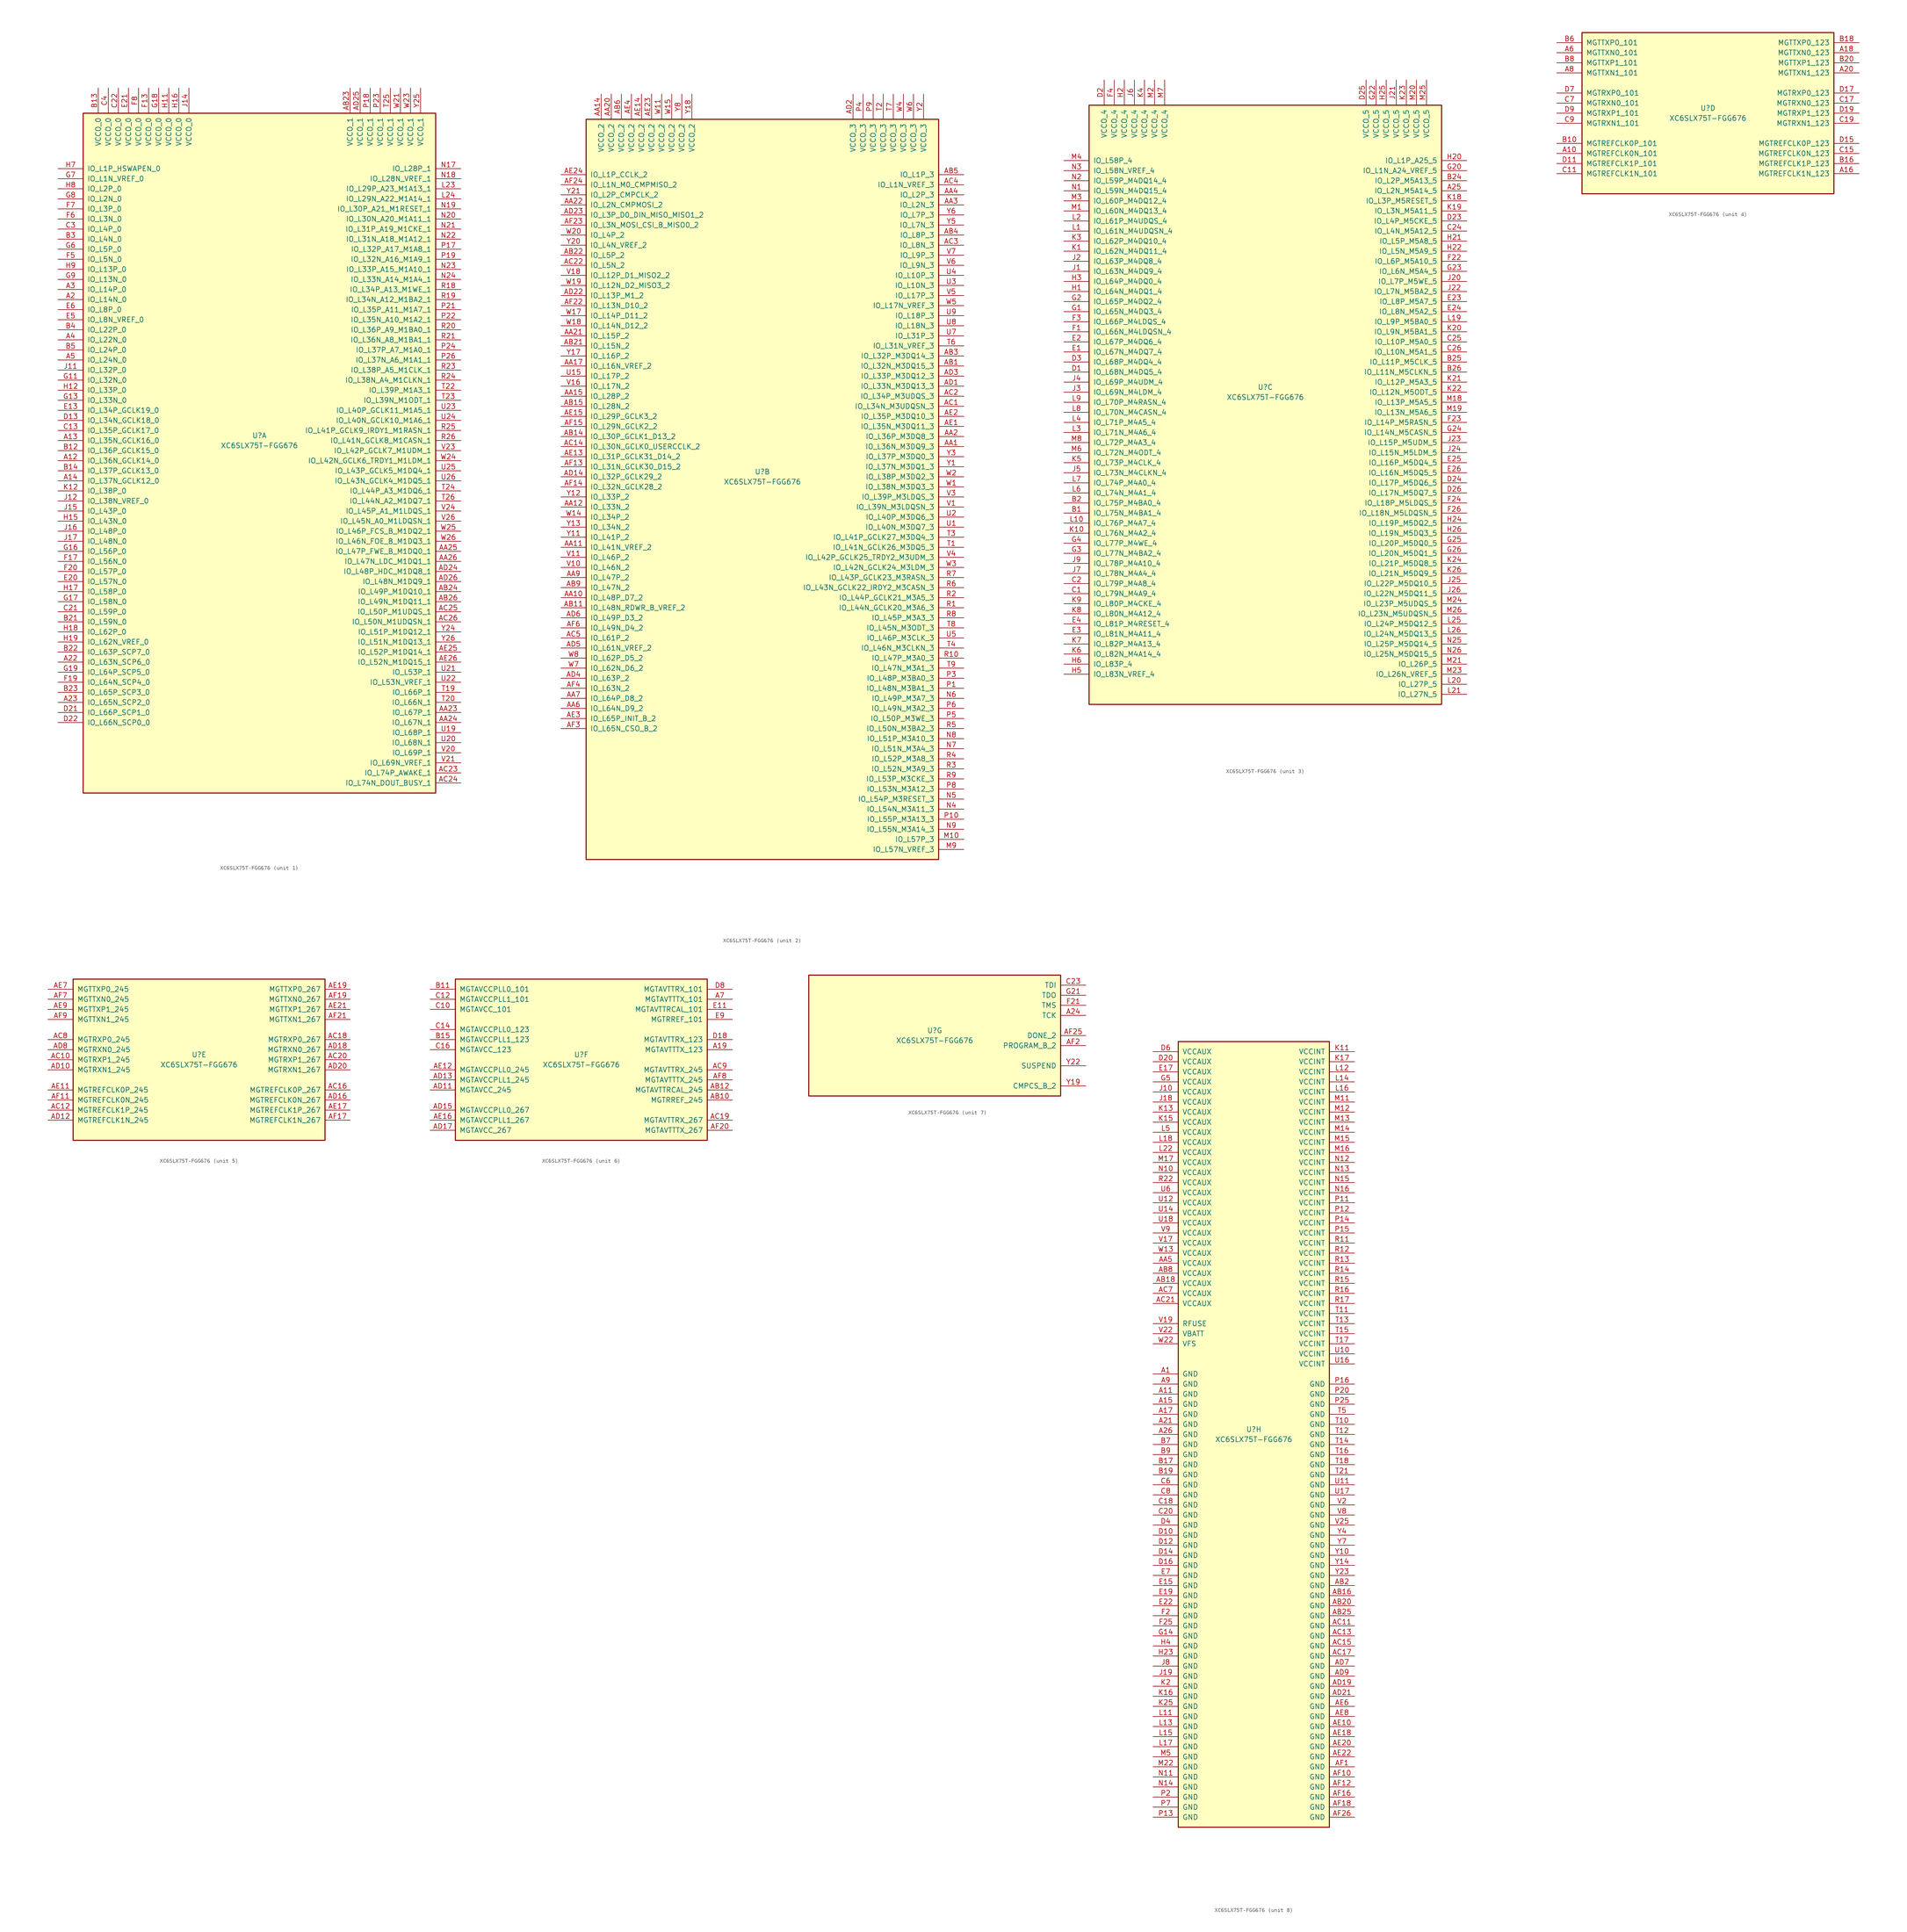
<source format=kicad_sym>
(kicad_symbol_lib
  (version 20201005)
  (generator kicad_symbol_editor)
  (symbol "FPGA_Xilinx_Spartan6:XC6SLX75T-FGG676"
    (pin_names
      (offset 1.016))
    (property "Reference" "U"
      (at 0 1.27 0)
      (effects (font (size 1.27 1.27))))
    (property "Value" "XC6SLX75T-FGG676"
      (at 0 -1.27 0)
      (effects (font (size 1.27 1.27))))
    (property "Datasheet" ""
      (at 0 0 0)
      (effects (font (size 1.27 1.27))))
    (property "ki_locked" ""
      (at 0 0 0)
      (effects (font (size 1.27 1.27))))
    (symbol "XC6SLX75T-FGG676_1_1"
      (rectangle (start -44.45 82.55) (end 44.45 -88.9) (stroke (width 0.254)) (fill (type background)))
      (pin power_in line (at -40.64 88.9 270) (length 6.35) (name "VCCO_0" (effects (font (size 1.27 1.27)))) (number "B13" (effects (font (size 1.27 1.27)))))
      (pin power_in line (at -38.1 88.9 270) (length 6.35) (name "VCCO_0" (effects (font (size 1.27 1.27)))) (number "C4" (effects (font (size 1.27 1.27)))))
      (pin power_in line (at -35.56 88.9 270) (length 6.35) (name "VCCO_0" (effects (font (size 1.27 1.27)))) (number "C22" (effects (font (size 1.27 1.27)))))
      (pin power_in line (at -33.02 88.9 270) (length 6.35) (name "VCCO_0" (effects (font (size 1.27 1.27)))) (number "E21" (effects (font (size 1.27 1.27)))))
      (pin power_in line (at -30.48 88.9 270) (length 6.35) (name "VCCO_0" (effects (font (size 1.27 1.27)))) (number "F8" (effects (font (size 1.27 1.27)))))
      (pin power_in line (at -27.94 88.9 270) (length 6.35) (name "VCCO_0" (effects (font (size 1.27 1.27)))) (number "F13" (effects (font (size 1.27 1.27)))))
      (pin power_in line (at -25.4 88.9 270) (length 6.35) (name "VCCO_0" (effects (font (size 1.27 1.27)))) (number "G18" (effects (font (size 1.27 1.27)))))
      (pin power_in line (at -22.86 88.9 270) (length 6.35) (name "VCCO_0" (effects (font (size 1.27 1.27)))) (number "H11" (effects (font (size 1.27 1.27)))))
      (pin power_in line (at -20.32 88.9 270) (length 6.35) (name "VCCO_0" (effects (font (size 1.27 1.27)))) (number "H16" (effects (font (size 1.27 1.27)))))
      (pin power_in line (at -17.78 88.9 270) (length 6.35) (name "VCCO_0" (effects (font (size 1.27 1.27)))) (number "J14" (effects (font (size 1.27 1.27)))))
      (pin bidirectional line (at -50.8 68.58 0) (length 6.35) (name "IO_L1P_HSWAPEN_0" (effects (font (size 1.27 1.27)))) (number "H7" (effects (font (size 1.27 1.27)))))
      (pin bidirectional line (at -50.8 66.04 0) (length 6.35) (name "IO_L1N_VREF_0" (effects (font (size 1.27 1.27)))) (number "G7" (effects (font (size 1.27 1.27)))))
      (pin bidirectional line (at -50.8 63.5 0) (length 6.35) (name "IO_L2P_0" (effects (font (size 1.27 1.27)))) (number "H8" (effects (font (size 1.27 1.27)))))
      (pin bidirectional line (at -50.8 60.96 0) (length 6.35) (name "IO_L2N_0" (effects (font (size 1.27 1.27)))) (number "G8" (effects (font (size 1.27 1.27)))))
      (pin bidirectional line (at -50.8 58.42 0) (length 6.35) (name "IO_L3P_0" (effects (font (size 1.27 1.27)))) (number "F7" (effects (font (size 1.27 1.27)))))
      (pin bidirectional line (at -50.8 55.88 0) (length 6.35) (name "IO_L3N_0" (effects (font (size 1.27 1.27)))) (number "F6" (effects (font (size 1.27 1.27)))))
      (pin bidirectional line (at -50.8 53.34 0) (length 6.35) (name "IO_L4P_0" (effects (font (size 1.27 1.27)))) (number "C3" (effects (font (size 1.27 1.27)))))
      (pin bidirectional line (at -50.8 50.8 0) (length 6.35) (name "IO_L4N_0" (effects (font (size 1.27 1.27)))) (number "B3" (effects (font (size 1.27 1.27)))))
      (pin bidirectional line (at -50.8 48.26 0) (length 6.35) (name "IO_L5P_0" (effects (font (size 1.27 1.27)))) (number "G6" (effects (font (size 1.27 1.27)))))
      (pin bidirectional line (at -50.8 45.72 0) (length 6.35) (name "IO_L5N_0" (effects (font (size 1.27 1.27)))) (number "F5" (effects (font (size 1.27 1.27)))))
      (pin bidirectional line (at -50.8 43.18 0) (length 6.35) (name "IO_L13P_0" (effects (font (size 1.27 1.27)))) (number "H9" (effects (font (size 1.27 1.27)))))
      (pin bidirectional line (at -50.8 40.64 0) (length 6.35) (name "IO_L13N_0" (effects (font (size 1.27 1.27)))) (number "G9" (effects (font (size 1.27 1.27)))))
      (pin bidirectional line (at -50.8 38.1 0) (length 6.35) (name "IO_L14P_0" (effects (font (size 1.27 1.27)))) (number "A3" (effects (font (size 1.27 1.27)))))
      (pin bidirectional line (at -50.8 35.56 0) (length 6.35) (name "IO_L14N_0" (effects (font (size 1.27 1.27)))) (number "A2" (effects (font (size 1.27 1.27)))))
      (pin bidirectional line (at -50.8 33.02 0) (length 6.35) (name "IO_L8P_0" (effects (font (size 1.27 1.27)))) (number "E6" (effects (font (size 1.27 1.27)))))
      (pin bidirectional line (at -50.8 30.48 0) (length 6.35) (name "IO_L8N_VREF_0" (effects (font (size 1.27 1.27)))) (number "E5" (effects (font (size 1.27 1.27)))))
      (pin bidirectional line (at -50.8 27.94 0) (length 6.35) (name "IO_L22P_0" (effects (font (size 1.27 1.27)))) (number "B4" (effects (font (size 1.27 1.27)))))
      (pin bidirectional line (at -50.8 25.4 0) (length 6.35) (name "IO_L22N_0" (effects (font (size 1.27 1.27)))) (number "A4" (effects (font (size 1.27 1.27)))))
      (pin bidirectional line (at -50.8 22.86 0) (length 6.35) (name "IO_L24P_0" (effects (font (size 1.27 1.27)))) (number "B5" (effects (font (size 1.27 1.27)))))
      (pin bidirectional line (at -50.8 20.32 0) (length 6.35) (name "IO_L24N_0" (effects (font (size 1.27 1.27)))) (number "A5" (effects (font (size 1.27 1.27)))))
      (pin bidirectional line (at -50.8 17.78 0) (length 6.35) (name "IO_L32P_0" (effects (font (size 1.27 1.27)))) (number "J11" (effects (font (size 1.27 1.27)))))
      (pin bidirectional line (at -50.8 15.24 0) (length 6.35) (name "IO_L32N_0" (effects (font (size 1.27 1.27)))) (number "G11" (effects (font (size 1.27 1.27)))))
      (pin bidirectional line (at -50.8 12.7 0) (length 6.35) (name "IO_L33P_0" (effects (font (size 1.27 1.27)))) (number "H12" (effects (font (size 1.27 1.27)))))
      (pin bidirectional line (at -50.8 10.16 0) (length 6.35) (name "IO_L33N_0" (effects (font (size 1.27 1.27)))) (number "G13" (effects (font (size 1.27 1.27)))))
      (pin bidirectional line (at -50.8 7.62 0) (length 6.35) (name "IO_L34P_GCLK19_0" (effects (font (size 1.27 1.27)))) (number "E13" (effects (font (size 1.27 1.27)))))
      (pin bidirectional line (at -50.8 5.08 0) (length 6.35) (name "IO_L34N_GCLK18_0" (effects (font (size 1.27 1.27)))) (number "D13" (effects (font (size 1.27 1.27)))))
      (pin bidirectional line (at -50.8 2.54 0) (length 6.35) (name "IO_L35P_GCLK17_0" (effects (font (size 1.27 1.27)))) (number "C13" (effects (font (size 1.27 1.27)))))
      (pin bidirectional line (at -50.8 0 0) (length 6.35) (name "IO_L35N_GCLK16_0" (effects (font (size 1.27 1.27)))) (number "A13" (effects (font (size 1.27 1.27)))))
      (pin bidirectional line (at -50.8 -2.54 0) (length 6.35) (name "IO_L36P_GCLK15_0" (effects (font (size 1.27 1.27)))) (number "B12" (effects (font (size 1.27 1.27)))))
      (pin bidirectional line (at -50.8 -5.08 0) (length 6.35) (name "IO_L36N_GCLK14_0" (effects (font (size 1.27 1.27)))) (number "A12" (effects (font (size 1.27 1.27)))))
      (pin bidirectional line (at -50.8 -7.62 0) (length 6.35) (name "IO_L37P_GCLK13_0" (effects (font (size 1.27 1.27)))) (number "B14" (effects (font (size 1.27 1.27)))))
      (pin bidirectional line (at -50.8 -10.16 0) (length 6.35) (name "IO_L37N_GCLK12_0" (effects (font (size 1.27 1.27)))) (number "A14" (effects (font (size 1.27 1.27)))))
      (pin bidirectional line (at -50.8 -12.7 0) (length 6.35) (name "IO_L38P_0" (effects (font (size 1.27 1.27)))) (number "K12" (effects (font (size 1.27 1.27)))))
      (pin bidirectional line (at -50.8 -15.24 0) (length 6.35) (name "IO_L38N_VREF_0" (effects (font (size 1.27 1.27)))) (number "J12" (effects (font (size 1.27 1.27)))))
      (pin bidirectional line (at -50.8 -17.78 0) (length 6.35) (name "IO_L43P_0" (effects (font (size 1.27 1.27)))) (number "J15" (effects (font (size 1.27 1.27)))))
      (pin bidirectional line (at -50.8 -20.32 0) (length 6.35) (name "IO_L43N_0" (effects (font (size 1.27 1.27)))) (number "H15" (effects (font (size 1.27 1.27)))))
      (pin bidirectional line (at -50.8 -22.86 0) (length 6.35) (name "IO_L48P_0" (effects (font (size 1.27 1.27)))) (number "J16" (effects (font (size 1.27 1.27)))))
      (pin bidirectional line (at -50.8 -25.4 0) (length 6.35) (name "IO_L48N_0" (effects (font (size 1.27 1.27)))) (number "J17" (effects (font (size 1.27 1.27)))))
      (pin bidirectional line (at -50.8 -27.94 0) (length 6.35) (name "IO_L56P_0" (effects (font (size 1.27 1.27)))) (number "G16" (effects (font (size 1.27 1.27)))))
      (pin bidirectional line (at -50.8 -30.48 0) (length 6.35) (name "IO_L56N_0" (effects (font (size 1.27 1.27)))) (number "F17" (effects (font (size 1.27 1.27)))))
      (pin bidirectional line (at -50.8 -33.02 0) (length 6.35) (name "IO_L57P_0" (effects (font (size 1.27 1.27)))) (number "F20" (effects (font (size 1.27 1.27)))))
      (pin bidirectional line (at -50.8 -35.56 0) (length 6.35) (name "IO_L57N_0" (effects (font (size 1.27 1.27)))) (number "E20" (effects (font (size 1.27 1.27)))))
      (pin bidirectional line (at -50.8 -38.1 0) (length 6.35) (name "IO_L58P_0" (effects (font (size 1.27 1.27)))) (number "H17" (effects (font (size 1.27 1.27)))))
      (pin bidirectional line (at -50.8 -40.64 0) (length 6.35) (name "IO_L58N_0" (effects (font (size 1.27 1.27)))) (number "G17" (effects (font (size 1.27 1.27)))))
      (pin bidirectional line (at -50.8 -43.18 0) (length 6.35) (name "IO_L59P_0" (effects (font (size 1.27 1.27)))) (number "C21" (effects (font (size 1.27 1.27)))))
      (pin bidirectional line (at -50.8 -45.72 0) (length 6.35) (name "IO_L59N_0" (effects (font (size 1.27 1.27)))) (number "B21" (effects (font (size 1.27 1.27)))))
      (pin bidirectional line (at -50.8 -48.26 0) (length 6.35) (name "IO_L62P_0" (effects (font (size 1.27 1.27)))) (number "H18" (effects (font (size 1.27 1.27)))))
      (pin bidirectional line (at -50.8 -50.8 0) (length 6.35) (name "IO_L62N_VREF_0" (effects (font (size 1.27 1.27)))) (number "H19" (effects (font (size 1.27 1.27)))))
      (pin bidirectional line (at -50.8 -53.34 0) (length 6.35) (name "IO_L63P_SCP7_0" (effects (font (size 1.27 1.27)))) (number "B22" (effects (font (size 1.27 1.27)))))
      (pin bidirectional line (at -50.8 -55.88 0) (length 6.35) (name "IO_L63N_SCP6_0" (effects (font (size 1.27 1.27)))) (number "A22" (effects (font (size 1.27 1.27)))))
      (pin bidirectional line (at -50.8 -58.42 0) (length 6.35) (name "IO_L64P_SCP5_0" (effects (font (size 1.27 1.27)))) (number "G19" (effects (font (size 1.27 1.27)))))
      (pin bidirectional line (at -50.8 -60.96 0) (length 6.35) (name "IO_L64N_SCP4_0" (effects (font (size 1.27 1.27)))) (number "F19" (effects (font (size 1.27 1.27)))))
      (pin bidirectional line (at -50.8 -63.5 0) (length 6.35) (name "IO_L65P_SCP3_0" (effects (font (size 1.27 1.27)))) (number "B23" (effects (font (size 1.27 1.27)))))
      (pin bidirectional line (at -50.8 -66.04 0) (length 6.35) (name "IO_L65N_SCP2_0" (effects (font (size 1.27 1.27)))) (number "A23" (effects (font (size 1.27 1.27)))))
      (pin bidirectional line (at -50.8 -68.58 0) (length 6.35) (name "IO_L66P_SCP1_0" (effects (font (size 1.27 1.27)))) (number "D21" (effects (font (size 1.27 1.27)))))
      (pin bidirectional line (at -50.8 -71.12 0) (length 6.35) (name "IO_L66N_SCP0_0" (effects (font (size 1.27 1.27)))) (number "D22" (effects (font (size 1.27 1.27)))))
      (pin power_in line (at 22.86 88.9 270) (length 6.35) (name "VCCO_1" (effects (font (size 1.27 1.27)))) (number "AB23" (effects (font (size 1.27 1.27)))))
      (pin power_in line (at 25.4 88.9 270) (length 6.35) (name "VCCO_1" (effects (font (size 1.27 1.27)))) (number "AD25" (effects (font (size 1.27 1.27)))))
      (pin power_in line (at 27.94 88.9 270) (length 6.35) (name "VCCO_1" (effects (font (size 1.27 1.27)))) (number "P18" (effects (font (size 1.27 1.27)))))
      (pin power_in line (at 30.48 88.9 270) (length 6.35) (name "VCCO_1" (effects (font (size 1.27 1.27)))) (number "P23" (effects (font (size 1.27 1.27)))))
      (pin power_in line (at 33.02 88.9 270) (length 6.35) (name "VCCO_1" (effects (font (size 1.27 1.27)))) (number "T25" (effects (font (size 1.27 1.27)))))
      (pin power_in line (at 35.56 88.9 270) (length 6.35) (name "VCCO_1" (effects (font (size 1.27 1.27)))) (number "W21" (effects (font (size 1.27 1.27)))))
      (pin power_in line (at 38.1 88.9 270) (length 6.35) (name "VCCO_1" (effects (font (size 1.27 1.27)))) (number "W23" (effects (font (size 1.27 1.27)))))
      (pin power_in line (at 40.64 88.9 270) (length 6.35) (name "VCCO_1" (effects (font (size 1.27 1.27)))) (number "Y25" (effects (font (size 1.27 1.27)))))
      (pin bidirectional line (at 50.8 68.58 180) (length 6.35) (name "IO_L28P_1" (effects (font (size 1.27 1.27)))) (number "N17" (effects (font (size 1.27 1.27)))))
      (pin bidirectional line (at 50.8 66.04 180) (length 6.35) (name "IO_L28N_VREF_1" (effects (font (size 1.27 1.27)))) (number "N18" (effects (font (size 1.27 1.27)))))
      (pin bidirectional line (at 50.8 63.5 180) (length 6.35) (name "IO_L29P_A23_M1A13_1" (effects (font (size 1.27 1.27)))) (number "L23" (effects (font (size 1.27 1.27)))))
      (pin bidirectional line (at 50.8 60.96 180) (length 6.35) (name "IO_L29N_A22_M1A14_1" (effects (font (size 1.27 1.27)))) (number "L24" (effects (font (size 1.27 1.27)))))
      (pin bidirectional line (at 50.8 58.42 180) (length 6.35) (name "IO_L30P_A21_M1RESET_1" (effects (font (size 1.27 1.27)))) (number "N19" (effects (font (size 1.27 1.27)))))
      (pin bidirectional line (at 50.8 55.88 180) (length 6.35) (name "IO_L30N_A20_M1A11_1" (effects (font (size 1.27 1.27)))) (number "N20" (effects (font (size 1.27 1.27)))))
      (pin bidirectional line (at 50.8 53.34 180) (length 6.35) (name "IO_L31P_A19_M1CKE_1" (effects (font (size 1.27 1.27)))) (number "N21" (effects (font (size 1.27 1.27)))))
      (pin bidirectional line (at 50.8 50.8 180) (length 6.35) (name "IO_L31N_A18_M1A12_1" (effects (font (size 1.27 1.27)))) (number "N22" (effects (font (size 1.27 1.27)))))
      (pin bidirectional line (at 50.8 48.26 180) (length 6.35) (name "IO_L32P_A17_M1A8_1" (effects (font (size 1.27 1.27)))) (number "P17" (effects (font (size 1.27 1.27)))))
      (pin bidirectional line (at 50.8 45.72 180) (length 6.35) (name "IO_L32N_A16_M1A9_1" (effects (font (size 1.27 1.27)))) (number "P19" (effects (font (size 1.27 1.27)))))
      (pin bidirectional line (at 50.8 43.18 180) (length 6.35) (name "IO_L33P_A15_M1A10_1" (effects (font (size 1.27 1.27)))) (number "N23" (effects (font (size 1.27 1.27)))))
      (pin bidirectional line (at 50.8 40.64 180) (length 6.35) (name "IO_L33N_A14_M1A4_1" (effects (font (size 1.27 1.27)))) (number "N24" (effects (font (size 1.27 1.27)))))
      (pin bidirectional line (at 50.8 38.1 180) (length 6.35) (name "IO_L34P_A13_M1WE_1" (effects (font (size 1.27 1.27)))) (number "R18" (effects (font (size 1.27 1.27)))))
      (pin bidirectional line (at 50.8 35.56 180) (length 6.35) (name "IO_L34N_A12_M1BA2_1" (effects (font (size 1.27 1.27)))) (number "R19" (effects (font (size 1.27 1.27)))))
      (pin bidirectional line (at 50.8 33.02 180) (length 6.35) (name "IO_L35P_A11_M1A7_1" (effects (font (size 1.27 1.27)))) (number "P21" (effects (font (size 1.27 1.27)))))
      (pin bidirectional line (at 50.8 30.48 180) (length 6.35) (name "IO_L35N_A10_M1A2_1" (effects (font (size 1.27 1.27)))) (number "P22" (effects (font (size 1.27 1.27)))))
      (pin bidirectional line (at 50.8 27.94 180) (length 6.35) (name "IO_L36P_A9_M1BA0_1" (effects (font (size 1.27 1.27)))) (number "R20" (effects (font (size 1.27 1.27)))))
      (pin bidirectional line (at 50.8 25.4 180) (length 6.35) (name "IO_L36N_A8_M1BA1_1" (effects (font (size 1.27 1.27)))) (number "R21" (effects (font (size 1.27 1.27)))))
      (pin bidirectional line (at 50.8 22.86 180) (length 6.35) (name "IO_L37P_A7_M1A0_1" (effects (font (size 1.27 1.27)))) (number "P24" (effects (font (size 1.27 1.27)))))
      (pin bidirectional line (at 50.8 20.32 180) (length 6.35) (name "IO_L37N_A6_M1A1_1" (effects (font (size 1.27 1.27)))) (number "P26" (effects (font (size 1.27 1.27)))))
      (pin bidirectional line (at 50.8 17.78 180) (length 6.35) (name "IO_L38P_A5_M1CLK_1" (effects (font (size 1.27 1.27)))) (number "R23" (effects (font (size 1.27 1.27)))))
      (pin bidirectional line (at 50.8 15.24 180) (length 6.35) (name "IO_L38N_A4_M1CLKN_1" (effects (font (size 1.27 1.27)))) (number "R24" (effects (font (size 1.27 1.27)))))
      (pin bidirectional line (at 50.8 12.7 180) (length 6.35) (name "IO_L39P_M1A3_1" (effects (font (size 1.27 1.27)))) (number "T22" (effects (font (size 1.27 1.27)))))
      (pin bidirectional line (at 50.8 10.16 180) (length 6.35) (name "IO_L39N_M1ODT_1" (effects (font (size 1.27 1.27)))) (number "T23" (effects (font (size 1.27 1.27)))))
      (pin bidirectional line (at 50.8 7.62 180) (length 6.35) (name "IO_L40P_GCLK11_M1A5_1" (effects (font (size 1.27 1.27)))) (number "U23" (effects (font (size 1.27 1.27)))))
      (pin bidirectional line (at 50.8 5.08 180) (length 6.35) (name "IO_L40N_GCLK10_M1A6_1" (effects (font (size 1.27 1.27)))) (number "U24" (effects (font (size 1.27 1.27)))))
      (pin bidirectional line (at 50.8 2.54 180) (length 6.35) (name "IO_L41P_GCLK9_IRDY1_M1RASN_1" (effects (font (size 1.27 1.27)))) (number "R25" (effects (font (size 1.27 1.27)))))
      (pin bidirectional line (at 50.8 0 180) (length 6.35) (name "IO_L41N_GCLK8_M1CASN_1" (effects (font (size 1.27 1.27)))) (number "R26" (effects (font (size 1.27 1.27)))))
      (pin bidirectional line (at 50.8 -2.54 180) (length 6.35) (name "IO_L42P_GCLK7_M1UDM_1" (effects (font (size 1.27 1.27)))) (number "V23" (effects (font (size 1.27 1.27)))))
      (pin bidirectional line (at 50.8 -5.08 180) (length 6.35) (name "IO_L42N_GCLK6_TRDY1_M1LDM_1" (effects (font (size 1.27 1.27)))) (number "W24" (effects (font (size 1.27 1.27)))))
      (pin bidirectional line (at 50.8 -7.62 180) (length 6.35) (name "IO_L43P_GCLK5_M1DQ4_1" (effects (font (size 1.27 1.27)))) (number "U25" (effects (font (size 1.27 1.27)))))
      (pin bidirectional line (at 50.8 -10.16 180) (length 6.35) (name "IO_L43N_GCLK4_M1DQ5_1" (effects (font (size 1.27 1.27)))) (number "U26" (effects (font (size 1.27 1.27)))))
      (pin bidirectional line (at 50.8 -12.7 180) (length 6.35) (name "IO_L44P_A3_M1DQ6_1" (effects (font (size 1.27 1.27)))) (number "T24" (effects (font (size 1.27 1.27)))))
      (pin bidirectional line (at 50.8 -15.24 180) (length 6.35) (name "IO_L44N_A2_M1DQ7_1" (effects (font (size 1.27 1.27)))) (number "T26" (effects (font (size 1.27 1.27)))))
      (pin bidirectional line (at 50.8 -17.78 180) (length 6.35) (name "IO_L45P_A1_M1LDQS_1" (effects (font (size 1.27 1.27)))) (number "V24" (effects (font (size 1.27 1.27)))))
      (pin bidirectional line (at 50.8 -20.32 180) (length 6.35) (name "IO_L45N_A0_M1LDQSN_1" (effects (font (size 1.27 1.27)))) (number "V26" (effects (font (size 1.27 1.27)))))
      (pin bidirectional line (at 50.8 -22.86 180) (length 6.35) (name "IO_L46P_FCS_B_M1DQ2_1" (effects (font (size 1.27 1.27)))) (number "W25" (effects (font (size 1.27 1.27)))))
      (pin bidirectional line (at 50.8 -25.4 180) (length 6.35) (name "IO_L46N_FOE_B_M1DQ3_1" (effects (font (size 1.27 1.27)))) (number "W26" (effects (font (size 1.27 1.27)))))
      (pin bidirectional line (at 50.8 -27.94 180) (length 6.35) (name "IO_L47P_FWE_B_M1DQ0_1" (effects (font (size 1.27 1.27)))) (number "AA25" (effects (font (size 1.27 1.27)))))
      (pin bidirectional line (at 50.8 -30.48 180) (length 6.35) (name "IO_L47N_LDC_M1DQ1_1" (effects (font (size 1.27 1.27)))) (number "AA26" (effects (font (size 1.27 1.27)))))
      (pin bidirectional line (at 50.8 -33.02 180) (length 6.35) (name "IO_L48P_HDC_M1DQ8_1" (effects (font (size 1.27 1.27)))) (number "AD24" (effects (font (size 1.27 1.27)))))
      (pin bidirectional line (at 50.8 -35.56 180) (length 6.35) (name "IO_L48N_M1DQ9_1" (effects (font (size 1.27 1.27)))) (number "AD26" (effects (font (size 1.27 1.27)))))
      (pin bidirectional line (at 50.8 -38.1 180) (length 6.35) (name "IO_L49P_M1DQ10_1" (effects (font (size 1.27 1.27)))) (number "AB24" (effects (font (size 1.27 1.27)))))
      (pin bidirectional line (at 50.8 -40.64 180) (length 6.35) (name "IO_L49N_M1DQ11_1" (effects (font (size 1.27 1.27)))) (number "AB26" (effects (font (size 1.27 1.27)))))
      (pin bidirectional line (at 50.8 -43.18 180) (length 6.35) (name "IO_L50P_M1UDQS_1" (effects (font (size 1.27 1.27)))) (number "AC25" (effects (font (size 1.27 1.27)))))
      (pin bidirectional line (at 50.8 -45.72 180) (length 6.35) (name "IO_L50N_M1UDQSN_1" (effects (font (size 1.27 1.27)))) (number "AC26" (effects (font (size 1.27 1.27)))))
      (pin bidirectional line (at 50.8 -48.26 180) (length 6.35) (name "IO_L51P_M1DQ12_1" (effects (font (size 1.27 1.27)))) (number "Y24" (effects (font (size 1.27 1.27)))))
      (pin bidirectional line (at 50.8 -50.8 180) (length 6.35) (name "IO_L51N_M1DQ13_1" (effects (font (size 1.27 1.27)))) (number "Y26" (effects (font (size 1.27 1.27)))))
      (pin bidirectional line (at 50.8 -53.34 180) (length 6.35) (name "IO_L52P_M1DQ14_1" (effects (font (size 1.27 1.27)))) (number "AE25" (effects (font (size 1.27 1.27)))))
      (pin bidirectional line (at 50.8 -55.88 180) (length 6.35) (name "IO_L52N_M1DQ15_1" (effects (font (size 1.27 1.27)))) (number "AE26" (effects (font (size 1.27 1.27)))))
      (pin bidirectional line (at 50.8 -58.42 180) (length 6.35) (name "IO_L53P_1" (effects (font (size 1.27 1.27)))) (number "U21" (effects (font (size 1.27 1.27)))))
      (pin bidirectional line (at 50.8 -60.96 180) (length 6.35) (name "IO_L53N_VREF_1" (effects (font (size 1.27 1.27)))) (number "U22" (effects (font (size 1.27 1.27)))))
      (pin bidirectional line (at 50.8 -63.5 180) (length 6.35) (name "IO_L66P_1" (effects (font (size 1.27 1.27)))) (number "T19" (effects (font (size 1.27 1.27)))))
      (pin bidirectional line (at 50.8 -66.04 180) (length 6.35) (name "IO_L66N_1" (effects (font (size 1.27 1.27)))) (number "T20" (effects (font (size 1.27 1.27)))))
      (pin bidirectional line (at 50.8 -68.58 180) (length 6.35) (name "IO_L67P_1" (effects (font (size 1.27 1.27)))) (number "AA23" (effects (font (size 1.27 1.27)))))
      (pin bidirectional line (at 50.8 -71.12 180) (length 6.35) (name "IO_L67N_1" (effects (font (size 1.27 1.27)))) (number "AA24" (effects (font (size 1.27 1.27)))))
      (pin bidirectional line (at 50.8 -73.66 180) (length 6.35) (name "IO_L68P_1" (effects (font (size 1.27 1.27)))) (number "U19" (effects (font (size 1.27 1.27)))))
      (pin bidirectional line (at 50.8 -76.2 180) (length 6.35) (name "IO_L68N_1" (effects (font (size 1.27 1.27)))) (number "U20" (effects (font (size 1.27 1.27)))))
      (pin bidirectional line (at 50.8 -78.74 180) (length 6.35) (name "IO_L69P_1" (effects (font (size 1.27 1.27)))) (number "V20" (effects (font (size 1.27 1.27)))))
      (pin bidirectional line (at 50.8 -81.28 180) (length 6.35) (name "IO_L69N_VREF_1" (effects (font (size 1.27 1.27)))) (number "V21" (effects (font (size 1.27 1.27)))))
      (pin bidirectional line (at 50.8 -83.82 180) (length 6.35) (name "IO_L74P_AWAKE_1" (effects (font (size 1.27 1.27)))) (number "AC23" (effects (font (size 1.27 1.27)))))
      (pin bidirectional line (at 50.8 -86.36 180) (length 6.35) (name "IO_L74N_DOUT_BUSY_1" (effects (font (size 1.27 1.27)))) (number "AC24" (effects (font (size 1.27 1.27))))))
    (symbol "XC6SLX75T-FGG676_2_1"
      (rectangle (start -44.45 90.17) (end 44.45 -96.52) (stroke (width 0.254)) (fill (type background)))
      (pin power_in line (at -40.64 96.52 270) (length 6.35) (name "VCCO_2" (effects (font (size 1.27 1.27)))) (number "AA14" (effects (font (size 1.27 1.27)))))
      (pin power_in line (at -38.1 96.52 270) (length 6.35) (name "VCCO_2" (effects (font (size 1.27 1.27)))) (number "AA20" (effects (font (size 1.27 1.27)))))
      (pin power_in line (at -35.56 96.52 270) (length 6.35) (name "VCCO_2" (effects (font (size 1.27 1.27)))) (number "AB6" (effects (font (size 1.27 1.27)))))
      (pin power_in line (at -33.02 96.52 270) (length 6.35) (name "VCCO_2" (effects (font (size 1.27 1.27)))) (number "AE4" (effects (font (size 1.27 1.27)))))
      (pin power_in line (at -30.48 96.52 270) (length 6.35) (name "VCCO_2" (effects (font (size 1.27 1.27)))) (number "AE14" (effects (font (size 1.27 1.27)))))
      (pin power_in line (at -27.94 96.52 270) (length 6.35) (name "VCCO_2" (effects (font (size 1.27 1.27)))) (number "AE23" (effects (font (size 1.27 1.27)))))
      (pin power_in line (at -25.4 96.52 270) (length 6.35) (name "VCCO_2" (effects (font (size 1.27 1.27)))) (number "W11" (effects (font (size 1.27 1.27)))))
      (pin power_in line (at -22.86 96.52 270) (length 6.35) (name "VCCO_2" (effects (font (size 1.27 1.27)))) (number "W15" (effects (font (size 1.27 1.27)))))
      (pin power_in line (at -20.32 96.52 270) (length 6.35) (name "VCCO_2" (effects (font (size 1.27 1.27)))) (number "Y8" (effects (font (size 1.27 1.27)))))
      (pin power_in line (at -17.78 96.52 270) (length 6.35) (name "VCCO_2" (effects (font (size 1.27 1.27)))) (number "Y18" (effects (font (size 1.27 1.27)))))
      (pin bidirectional line (at -50.8 76.2 0) (length 6.35) (name "IO_L1P_CCLK_2" (effects (font (size 1.27 1.27)))) (number "AE24" (effects (font (size 1.27 1.27)))))
      (pin bidirectional line (at -50.8 73.66 0) (length 6.35) (name "IO_L1N_M0_CMPMISO_2" (effects (font (size 1.27 1.27)))) (number "AF24" (effects (font (size 1.27 1.27)))))
      (pin bidirectional line (at -50.8 71.12 0) (length 6.35) (name "IO_L2P_CMPCLK_2" (effects (font (size 1.27 1.27)))) (number "Y21" (effects (font (size 1.27 1.27)))))
      (pin bidirectional line (at -50.8 68.58 0) (length 6.35) (name "IO_L2N_CMPMOSI_2" (effects (font (size 1.27 1.27)))) (number "AA22" (effects (font (size 1.27 1.27)))))
      (pin bidirectional line (at -50.8 66.04 0) (length 6.35) (name "IO_L3P_D0_DIN_MISO_MISO1_2" (effects (font (size 1.27 1.27)))) (number "AD23" (effects (font (size 1.27 1.27)))))
      (pin bidirectional line (at -50.8 63.5 0) (length 6.35) (name "IO_L3N_MOSI_CSI_B_MISO0_2" (effects (font (size 1.27 1.27)))) (number "AF23" (effects (font (size 1.27 1.27)))))
      (pin bidirectional line (at -50.8 60.96 0) (length 6.35) (name "IO_L4P_2" (effects (font (size 1.27 1.27)))) (number "W20" (effects (font (size 1.27 1.27)))))
      (pin bidirectional line (at -50.8 58.42 0) (length 6.35) (name "IO_L4N_VREF_2" (effects (font (size 1.27 1.27)))) (number "Y20" (effects (font (size 1.27 1.27)))))
      (pin bidirectional line (at -50.8 55.88 0) (length 6.35) (name "IO_L5P_2" (effects (font (size 1.27 1.27)))) (number "AB22" (effects (font (size 1.27 1.27)))))
      (pin bidirectional line (at -50.8 53.34 0) (length 6.35) (name "IO_L5N_2" (effects (font (size 1.27 1.27)))) (number "AC22" (effects (font (size 1.27 1.27)))))
      (pin bidirectional line (at -50.8 50.8 0) (length 6.35) (name "IO_L12P_D1_MISO2_2" (effects (font (size 1.27 1.27)))) (number "V18" (effects (font (size 1.27 1.27)))))
      (pin bidirectional line (at -50.8 48.26 0) (length 6.35) (name "IO_L12N_D2_MISO3_2" (effects (font (size 1.27 1.27)))) (number "W19" (effects (font (size 1.27 1.27)))))
      (pin bidirectional line (at -50.8 45.72 0) (length 6.35) (name "IO_L13P_M1_2" (effects (font (size 1.27 1.27)))) (number "AD22" (effects (font (size 1.27 1.27)))))
      (pin bidirectional line (at -50.8 43.18 0) (length 6.35) (name "IO_L13N_D10_2" (effects (font (size 1.27 1.27)))) (number "AF22" (effects (font (size 1.27 1.27)))))
      (pin bidirectional line (at -50.8 40.64 0) (length 6.35) (name "IO_L14P_D11_2" (effects (font (size 1.27 1.27)))) (number "W17" (effects (font (size 1.27 1.27)))))
      (pin bidirectional line (at -50.8 38.1 0) (length 6.35) (name "IO_L14N_D12_2" (effects (font (size 1.27 1.27)))) (number "W18" (effects (font (size 1.27 1.27)))))
      (pin bidirectional line (at -50.8 35.56 0) (length 6.35) (name "IO_L15P_2" (effects (font (size 1.27 1.27)))) (number "AA21" (effects (font (size 1.27 1.27)))))
      (pin bidirectional line (at -50.8 33.02 0) (length 6.35) (name "IO_L15N_2" (effects (font (size 1.27 1.27)))) (number "AB21" (effects (font (size 1.27 1.27)))))
      (pin bidirectional line (at -50.8 30.48 0) (length 6.35) (name "IO_L16P_2" (effects (font (size 1.27 1.27)))) (number "Y17" (effects (font (size 1.27 1.27)))))
      (pin bidirectional line (at -50.8 27.94 0) (length 6.35) (name "IO_L16N_VREF_2" (effects (font (size 1.27 1.27)))) (number "AA17" (effects (font (size 1.27 1.27)))))
      (pin bidirectional line (at -50.8 25.4 0) (length 6.35) (name "IO_L17P_2" (effects (font (size 1.27 1.27)))) (number "U15" (effects (font (size 1.27 1.27)))))
      (pin bidirectional line (at -50.8 22.86 0) (length 6.35) (name "IO_L17N_2" (effects (font (size 1.27 1.27)))) (number "V16" (effects (font (size 1.27 1.27)))))
      (pin bidirectional line (at -50.8 20.32 0) (length 6.35) (name "IO_L28P_2" (effects (font (size 1.27 1.27)))) (number "AA15" (effects (font (size 1.27 1.27)))))
      (pin bidirectional line (at -50.8 17.78 0) (length 6.35) (name "IO_L28N_2" (effects (font (size 1.27 1.27)))) (number "AB15" (effects (font (size 1.27 1.27)))))
      (pin bidirectional line (at -50.8 15.24 0) (length 6.35) (name "IO_L29P_GCLK3_2" (effects (font (size 1.27 1.27)))) (number "AE15" (effects (font (size 1.27 1.27)))))
      (pin bidirectional line (at -50.8 12.7 0) (length 6.35) (name "IO_L29N_GCLK2_2" (effects (font (size 1.27 1.27)))) (number "AF15" (effects (font (size 1.27 1.27)))))
      (pin bidirectional line (at -50.8 10.16 0) (length 6.35) (name "IO_L30P_GCLK1_D13_2" (effects (font (size 1.27 1.27)))) (number "AB14" (effects (font (size 1.27 1.27)))))
      (pin bidirectional line (at -50.8 7.62 0) (length 6.35) (name "IO_L30N_GCLK0_USERCCLK_2" (effects (font (size 1.27 1.27)))) (number "AC14" (effects (font (size 1.27 1.27)))))
      (pin bidirectional line (at -50.8 5.08 0) (length 6.35) (name "IO_L31P_GCLK31_D14_2" (effects (font (size 1.27 1.27)))) (number "AE13" (effects (font (size 1.27 1.27)))))
      (pin bidirectional line (at -50.8 2.54 0) (length 6.35) (name "IO_L31N_GCLK30_D15_2" (effects (font (size 1.27 1.27)))) (number "AF13" (effects (font (size 1.27 1.27)))))
      (pin bidirectional line (at -50.8 0 0) (length 6.35) (name "IO_L32P_GCLK29_2" (effects (font (size 1.27 1.27)))) (number "AD14" (effects (font (size 1.27 1.27)))))
      (pin bidirectional line (at -50.8 -2.54 0) (length 6.35) (name "IO_L32N_GCLK28_2" (effects (font (size 1.27 1.27)))) (number "AF14" (effects (font (size 1.27 1.27)))))
      (pin bidirectional line (at -50.8 -5.08 0) (length 6.35) (name "IO_L33P_2" (effects (font (size 1.27 1.27)))) (number "Y12" (effects (font (size 1.27 1.27)))))
      (pin bidirectional line (at -50.8 -7.62 0) (length 6.35) (name "IO_L33N_2" (effects (font (size 1.27 1.27)))) (number "AA12" (effects (font (size 1.27 1.27)))))
      (pin bidirectional line (at -50.8 -10.16 0) (length 6.35) (name "IO_L34P_2" (effects (font (size 1.27 1.27)))) (number "W14" (effects (font (size 1.27 1.27)))))
      (pin bidirectional line (at -50.8 -12.7 0) (length 6.35) (name "IO_L34N_2" (effects (font (size 1.27 1.27)))) (number "Y13" (effects (font (size 1.27 1.27)))))
      (pin bidirectional line (at -50.8 -15.24 0) (length 6.35) (name "IO_L41P_2" (effects (font (size 1.27 1.27)))) (number "Y11" (effects (font (size 1.27 1.27)))))
      (pin bidirectional line (at -50.8 -17.78 0) (length 6.35) (name "IO_L41N_VREF_2" (effects (font (size 1.27 1.27)))) (number "AA11" (effects (font (size 1.27 1.27)))))
      (pin bidirectional line (at -50.8 -20.32 0) (length 6.35) (name "IO_L46P_2" (effects (font (size 1.27 1.27)))) (number "V11" (effects (font (size 1.27 1.27)))))
      (pin bidirectional line (at -50.8 -22.86 0) (length 6.35) (name "IO_L46N_2" (effects (font (size 1.27 1.27)))) (number "V10" (effects (font (size 1.27 1.27)))))
      (pin bidirectional line (at -50.8 -25.4 0) (length 6.35) (name "IO_L47P_2" (effects (font (size 1.27 1.27)))) (number "AA9" (effects (font (size 1.27 1.27)))))
      (pin bidirectional line (at -50.8 -27.94 0) (length 6.35) (name "IO_L47N_2" (effects (font (size 1.27 1.27)))) (number "AB9" (effects (font (size 1.27 1.27)))))
      (pin bidirectional line (at -50.8 -30.48 0) (length 6.35) (name "IO_L48P_D7_2" (effects (font (size 1.27 1.27)))) (number "AA10" (effects (font (size 1.27 1.27)))))
      (pin bidirectional line (at -50.8 -33.02 0) (length 6.35) (name "IO_L48N_RDWR_B_VREF_2" (effects (font (size 1.27 1.27)))) (number "AB11" (effects (font (size 1.27 1.27)))))
      (pin bidirectional line (at -50.8 -35.56 0) (length 6.35) (name "IO_L49P_D3_2" (effects (font (size 1.27 1.27)))) (number "AD6" (effects (font (size 1.27 1.27)))))
      (pin bidirectional line (at -50.8 -38.1 0) (length 6.35) (name "IO_L49N_D4_2" (effects (font (size 1.27 1.27)))) (number "AF6" (effects (font (size 1.27 1.27)))))
      (pin bidirectional line (at -50.8 -40.64 0) (length 6.35) (name "IO_L61P_2" (effects (font (size 1.27 1.27)))) (number "AC5" (effects (font (size 1.27 1.27)))))
      (pin bidirectional line (at -50.8 -43.18 0) (length 6.35) (name "IO_L61N_VREF_2" (effects (font (size 1.27 1.27)))) (number "AD5" (effects (font (size 1.27 1.27)))))
      (pin bidirectional line (at -50.8 -45.72 0) (length 6.35) (name "IO_L62P_D5_2" (effects (font (size 1.27 1.27)))) (number "W8" (effects (font (size 1.27 1.27)))))
      (pin bidirectional line (at -50.8 -48.26 0) (length 6.35) (name "IO_L62N_D6_2" (effects (font (size 1.27 1.27)))) (number "W7" (effects (font (size 1.27 1.27)))))
      (pin bidirectional line (at -50.8 -50.8 0) (length 6.35) (name "IO_L63P_2" (effects (font (size 1.27 1.27)))) (number "AD4" (effects (font (size 1.27 1.27)))))
      (pin bidirectional line (at -50.8 -53.34 0) (length 6.35) (name "IO_L63N_2" (effects (font (size 1.27 1.27)))) (number "AF4" (effects (font (size 1.27 1.27)))))
      (pin bidirectional line (at -50.8 -55.88 0) (length 6.35) (name "IO_L64P_D8_2" (effects (font (size 1.27 1.27)))) (number "AA7" (effects (font (size 1.27 1.27)))))
      (pin bidirectional line (at -50.8 -58.42 0) (length 6.35) (name "IO_L64N_D9_2" (effects (font (size 1.27 1.27)))) (number "AA6" (effects (font (size 1.27 1.27)))))
      (pin bidirectional line (at -50.8 -60.96 0) (length 6.35) (name "IO_L65P_INIT_B_2" (effects (font (size 1.27 1.27)))) (number "AE3" (effects (font (size 1.27 1.27)))))
      (pin bidirectional line (at -50.8 -63.5 0) (length 6.35) (name "IO_L65N_CSO_B_2" (effects (font (size 1.27 1.27)))) (number "AF3" (effects (font (size 1.27 1.27)))))
      (pin power_in line (at 22.86 96.52 270) (length 6.35) (name "VCCO_3" (effects (font (size 1.27 1.27)))) (number "AD2" (effects (font (size 1.27 1.27)))))
      (pin power_in line (at 25.4 96.52 270) (length 6.35) (name "VCCO_3" (effects (font (size 1.27 1.27)))) (number "P4" (effects (font (size 1.27 1.27)))))
      (pin power_in line (at 27.94 96.52 270) (length 6.35) (name "VCCO_3" (effects (font (size 1.27 1.27)))) (number "P9" (effects (font (size 1.27 1.27)))))
      (pin power_in line (at 30.48 96.52 270) (length 6.35) (name "VCCO_3" (effects (font (size 1.27 1.27)))) (number "T2" (effects (font (size 1.27 1.27)))))
      (pin power_in line (at 33.02 96.52 270) (length 6.35) (name "VCCO_3" (effects (font (size 1.27 1.27)))) (number "T7" (effects (font (size 1.27 1.27)))))
      (pin power_in line (at 35.56 96.52 270) (length 6.35) (name "VCCO_3" (effects (font (size 1.27 1.27)))) (number "W4" (effects (font (size 1.27 1.27)))))
      (pin power_in line (at 38.1 96.52 270) (length 6.35) (name "VCCO_3" (effects (font (size 1.27 1.27)))) (number "W6" (effects (font (size 1.27 1.27)))))
      (pin power_in line (at 40.64 96.52 270) (length 6.35) (name "VCCO_3" (effects (font (size 1.27 1.27)))) (number "Y2" (effects (font (size 1.27 1.27)))))
      (pin bidirectional line (at 50.8 76.2 180) (length 6.35) (name "IO_L1P_3" (effects (font (size 1.27 1.27)))) (number "AB5" (effects (font (size 1.27 1.27)))))
      (pin bidirectional line (at 50.8 73.66 180) (length 6.35) (name "IO_L1N_VREF_3" (effects (font (size 1.27 1.27)))) (number "AC4" (effects (font (size 1.27 1.27)))))
      (pin bidirectional line (at 50.8 71.12 180) (length 6.35) (name "IO_L2P_3" (effects (font (size 1.27 1.27)))) (number "AA4" (effects (font (size 1.27 1.27)))))
      (pin bidirectional line (at 50.8 68.58 180) (length 6.35) (name "IO_L2N_3" (effects (font (size 1.27 1.27)))) (number "AA3" (effects (font (size 1.27 1.27)))))
      (pin bidirectional line (at 50.8 66.04 180) (length 6.35) (name "IO_L7P_3" (effects (font (size 1.27 1.27)))) (number "Y6" (effects (font (size 1.27 1.27)))))
      (pin bidirectional line (at 50.8 63.5 180) (length 6.35) (name "IO_L7N_3" (effects (font (size 1.27 1.27)))) (number "Y5" (effects (font (size 1.27 1.27)))))
      (pin bidirectional line (at 50.8 60.96 180) (length 6.35) (name "IO_L8P_3" (effects (font (size 1.27 1.27)))) (number "AB4" (effects (font (size 1.27 1.27)))))
      (pin bidirectional line (at 50.8 58.42 180) (length 6.35) (name "IO_L8N_3" (effects (font (size 1.27 1.27)))) (number "AC3" (effects (font (size 1.27 1.27)))))
      (pin bidirectional line (at 50.8 55.88 180) (length 6.35) (name "IO_L9P_3" (effects (font (size 1.27 1.27)))) (number "V7" (effects (font (size 1.27 1.27)))))
      (pin bidirectional line (at 50.8 53.34 180) (length 6.35) (name "IO_L9N_3" (effects (font (size 1.27 1.27)))) (number "V6" (effects (font (size 1.27 1.27)))))
      (pin bidirectional line (at 50.8 50.8 180) (length 6.35) (name "IO_L10P_3" (effects (font (size 1.27 1.27)))) (number "U4" (effects (font (size 1.27 1.27)))))
      (pin bidirectional line (at 50.8 48.26 180) (length 6.35) (name "IO_L10N_3" (effects (font (size 1.27 1.27)))) (number "U3" (effects (font (size 1.27 1.27)))))
      (pin bidirectional line (at 50.8 45.72 180) (length 6.35) (name "IO_L17P_3" (effects (font (size 1.27 1.27)))) (number "V5" (effects (font (size 1.27 1.27)))))
      (pin bidirectional line (at 50.8 43.18 180) (length 6.35) (name "IO_L17N_VREF_3" (effects (font (size 1.27 1.27)))) (number "W5" (effects (font (size 1.27 1.27)))))
      (pin bidirectional line (at 50.8 40.64 180) (length 6.35) (name "IO_L18P_3" (effects (font (size 1.27 1.27)))) (number "U9" (effects (font (size 1.27 1.27)))))
      (pin bidirectional line (at 50.8 38.1 180) (length 6.35) (name "IO_L18N_3" (effects (font (size 1.27 1.27)))) (number "U8" (effects (font (size 1.27 1.27)))))
      (pin bidirectional line (at 50.8 35.56 180) (length 6.35) (name "IO_L31P_3" (effects (font (size 1.27 1.27)))) (number "U7" (effects (font (size 1.27 1.27)))))
      (pin bidirectional line (at 50.8 33.02 180) (length 6.35) (name "IO_L31N_VREF_3" (effects (font (size 1.27 1.27)))) (number "T6" (effects (font (size 1.27 1.27)))))
      (pin bidirectional line (at 50.8 30.48 180) (length 6.35) (name "IO_L32P_M3DQ14_3" (effects (font (size 1.27 1.27)))) (number "AB3" (effects (font (size 1.27 1.27)))))
      (pin bidirectional line (at 50.8 27.94 180) (length 6.35) (name "IO_L32N_M3DQ15_3" (effects (font (size 1.27 1.27)))) (number "AB1" (effects (font (size 1.27 1.27)))))
      (pin bidirectional line (at 50.8 25.4 180) (length 6.35) (name "IO_L33P_M3DQ12_3" (effects (font (size 1.27 1.27)))) (number "AD3" (effects (font (size 1.27 1.27)))))
      (pin bidirectional line (at 50.8 22.86 180) (length 6.35) (name "IO_L33N_M3DQ13_3" (effects (font (size 1.27 1.27)))) (number "AD1" (effects (font (size 1.27 1.27)))))
      (pin bidirectional line (at 50.8 20.32 180) (length 6.35) (name "IO_L34P_M3UDQS_3" (effects (font (size 1.27 1.27)))) (number "AC2" (effects (font (size 1.27 1.27)))))
      (pin bidirectional line (at 50.8 17.78 180) (length 6.35) (name "IO_L34N_M3UDQSN_3" (effects (font (size 1.27 1.27)))) (number "AC1" (effects (font (size 1.27 1.27)))))
      (pin bidirectional line (at 50.8 15.24 180) (length 6.35) (name "IO_L35P_M3DQ10_3" (effects (font (size 1.27 1.27)))) (number "AE2" (effects (font (size 1.27 1.27)))))
      (pin bidirectional line (at 50.8 12.7 180) (length 6.35) (name "IO_L35N_M3DQ11_3" (effects (font (size 1.27 1.27)))) (number "AE1" (effects (font (size 1.27 1.27)))))
      (pin bidirectional line (at 50.8 10.16 180) (length 6.35) (name "IO_L36P_M3DQ8_3" (effects (font (size 1.27 1.27)))) (number "AA2" (effects (font (size 1.27 1.27)))))
      (pin bidirectional line (at 50.8 7.62 180) (length 6.35) (name "IO_L36N_M3DQ9_3" (effects (font (size 1.27 1.27)))) (number "AA1" (effects (font (size 1.27 1.27)))))
      (pin bidirectional line (at 50.8 5.08 180) (length 6.35) (name "IO_L37P_M3DQ0_3" (effects (font (size 1.27 1.27)))) (number "Y3" (effects (font (size 1.27 1.27)))))
      (pin bidirectional line (at 50.8 2.54 180) (length 6.35) (name "IO_L37N_M3DQ1_3" (effects (font (size 1.27 1.27)))) (number "Y1" (effects (font (size 1.27 1.27)))))
      (pin bidirectional line (at 50.8 0 180) (length 6.35) (name "IO_L38P_M3DQ2_3" (effects (font (size 1.27 1.27)))) (number "W2" (effects (font (size 1.27 1.27)))))
      (pin bidirectional line (at 50.8 -2.54 180) (length 6.35) (name "IO_L38N_M3DQ3_3" (effects (font (size 1.27 1.27)))) (number "W1" (effects (font (size 1.27 1.27)))))
      (pin bidirectional line (at 50.8 -5.08 180) (length 6.35) (name "IO_L39P_M3LDQS_3" (effects (font (size 1.27 1.27)))) (number "V3" (effects (font (size 1.27 1.27)))))
      (pin bidirectional line (at 50.8 -7.62 180) (length 6.35) (name "IO_L39N_M3LDQSN_3" (effects (font (size 1.27 1.27)))) (number "V1" (effects (font (size 1.27 1.27)))))
      (pin bidirectional line (at 50.8 -10.16 180) (length 6.35) (name "IO_L40P_M3DQ6_3" (effects (font (size 1.27 1.27)))) (number "U2" (effects (font (size 1.27 1.27)))))
      (pin bidirectional line (at 50.8 -12.7 180) (length 6.35) (name "IO_L40N_M3DQ7_3" (effects (font (size 1.27 1.27)))) (number "U1" (effects (font (size 1.27 1.27)))))
      (pin bidirectional line (at 50.8 -15.24 180) (length 6.35) (name "IO_L41P_GCLK27_M3DQ4_3" (effects (font (size 1.27 1.27)))) (number "T3" (effects (font (size 1.27 1.27)))))
      (pin bidirectional line (at 50.8 -17.78 180) (length 6.35) (name "IO_L41N_GCLK26_M3DQ5_3" (effects (font (size 1.27 1.27)))) (number "T1" (effects (font (size 1.27 1.27)))))
      (pin bidirectional line (at 50.8 -20.32 180) (length 6.35) (name "IO_L42P_GCLK25_TRDY2_M3UDM_3" (effects (font (size 1.27 1.27)))) (number "V4" (effects (font (size 1.27 1.27)))))
      (pin bidirectional line (at 50.8 -22.86 180) (length 6.35) (name "IO_L42N_GCLK24_M3LDM_3" (effects (font (size 1.27 1.27)))) (number "W3" (effects (font (size 1.27 1.27)))))
      (pin bidirectional line (at 50.8 -25.4 180) (length 6.35) (name "IO_L43P_GCLK23_M3RASN_3" (effects (font (size 1.27 1.27)))) (number "R7" (effects (font (size 1.27 1.27)))))
      (pin bidirectional line (at 50.8 -27.94 180) (length 6.35) (name "IO_L43N_GCLK22_IRDY2_M3CASN_3" (effects (font (size 1.27 1.27)))) (number "R6" (effects (font (size 1.27 1.27)))))
      (pin bidirectional line (at 50.8 -30.48 180) (length 6.35) (name "IO_L44P_GCLK21_M3A5_3" (effects (font (size 1.27 1.27)))) (number "R2" (effects (font (size 1.27 1.27)))))
      (pin bidirectional line (at 50.8 -33.02 180) (length 6.35) (name "IO_L44N_GCLK20_M3A6_3" (effects (font (size 1.27 1.27)))) (number "R1" (effects (font (size 1.27 1.27)))))
      (pin bidirectional line (at 50.8 -35.56 180) (length 6.35) (name "IO_L45P_M3A3_3" (effects (font (size 1.27 1.27)))) (number "R8" (effects (font (size 1.27 1.27)))))
      (pin bidirectional line (at 50.8 -38.1 180) (length 6.35) (name "IO_L45N_M3ODT_3" (effects (font (size 1.27 1.27)))) (number "T8" (effects (font (size 1.27 1.27)))))
      (pin bidirectional line (at 50.8 -40.64 180) (length 6.35) (name "IO_L46P_M3CLK_3" (effects (font (size 1.27 1.27)))) (number "U5" (effects (font (size 1.27 1.27)))))
      (pin bidirectional line (at 50.8 -43.18 180) (length 6.35) (name "IO_L46N_M3CLKN_3" (effects (font (size 1.27 1.27)))) (number "T4" (effects (font (size 1.27 1.27)))))
      (pin bidirectional line (at 50.8 -45.72 180) (length 6.35) (name "IO_L47P_M3A0_3" (effects (font (size 1.27 1.27)))) (number "R10" (effects (font (size 1.27 1.27)))))
      (pin bidirectional line (at 50.8 -48.26 180) (length 6.35) (name "IO_L47N_M3A1_3" (effects (font (size 1.27 1.27)))) (number "T9" (effects (font (size 1.27 1.27)))))
      (pin bidirectional line (at 50.8 -50.8 180) (length 6.35) (name "IO_L48P_M3BA0_3" (effects (font (size 1.27 1.27)))) (number "P3" (effects (font (size 1.27 1.27)))))
      (pin bidirectional line (at 50.8 -53.34 180) (length 6.35) (name "IO_L48N_M3BA1_3" (effects (font (size 1.27 1.27)))) (number "P1" (effects (font (size 1.27 1.27)))))
      (pin bidirectional line (at 50.8 -55.88 180) (length 6.35) (name "IO_L49P_M3A7_3" (effects (font (size 1.27 1.27)))) (number "N6" (effects (font (size 1.27 1.27)))))
      (pin bidirectional line (at 50.8 -58.42 180) (length 6.35) (name "IO_L49N_M3A2_3" (effects (font (size 1.27 1.27)))) (number "P6" (effects (font (size 1.27 1.27)))))
      (pin bidirectional line (at 50.8 -60.96 180) (length 6.35) (name "IO_L50P_M3WE_3" (effects (font (size 1.27 1.27)))) (number "P5" (effects (font (size 1.27 1.27)))))
      (pin bidirectional line (at 50.8 -63.5 180) (length 6.35) (name "IO_L50N_M3BA2_3" (effects (font (size 1.27 1.27)))) (number "R5" (effects (font (size 1.27 1.27)))))
      (pin bidirectional line (at 50.8 -66.04 180) (length 6.35) (name "IO_L51P_M3A10_3" (effects (font (size 1.27 1.27)))) (number "N8" (effects (font (size 1.27 1.27)))))
      (pin bidirectional line (at 50.8 -68.58 180) (length 6.35) (name "IO_L51N_M3A4_3" (effects (font (size 1.27 1.27)))) (number "N7" (effects (font (size 1.27 1.27)))))
      (pin bidirectional line (at 50.8 -71.12 180) (length 6.35) (name "IO_L52P_M3A8_3" (effects (font (size 1.27 1.27)))) (number "R4" (effects (font (size 1.27 1.27)))))
      (pin bidirectional line (at 50.8 -73.66 180) (length 6.35) (name "IO_L52N_M3A9_3" (effects (font (size 1.27 1.27)))) (number "R3" (effects (font (size 1.27 1.27)))))
      (pin bidirectional line (at 50.8 -76.2 180) (length 6.35) (name "IO_L53P_M3CKE_3" (effects (font (size 1.27 1.27)))) (number "R9" (effects (font (size 1.27 1.27)))))
      (pin bidirectional line (at 50.8 -78.74 180) (length 6.35) (name "IO_L53N_M3A12_3" (effects (font (size 1.27 1.27)))) (number "P8" (effects (font (size 1.27 1.27)))))
      (pin bidirectional line (at 50.8 -81.28 180) (length 6.35) (name "IO_L54P_M3RESET_3" (effects (font (size 1.27 1.27)))) (number "N5" (effects (font (size 1.27 1.27)))))
      (pin bidirectional line (at 50.8 -83.82 180) (length 6.35) (name "IO_L54N_M3A11_3" (effects (font (size 1.27 1.27)))) (number "N4" (effects (font (size 1.27 1.27)))))
      (pin bidirectional line (at 50.8 -86.36 180) (length 6.35) (name "IO_L55P_M3A13_3" (effects (font (size 1.27 1.27)))) (number "P10" (effects (font (size 1.27 1.27)))))
      (pin bidirectional line (at 50.8 -88.9 180) (length 6.35) (name "IO_L55N_M3A14_3" (effects (font (size 1.27 1.27)))) (number "N9" (effects (font (size 1.27 1.27)))))
      (pin bidirectional line (at 50.8 -91.44 180) (length 6.35) (name "IO_L57P_3" (effects (font (size 1.27 1.27)))) (number "M10" (effects (font (size 1.27 1.27)))))
      (pin bidirectional line (at 50.8 -93.98 180) (length 6.35) (name "IO_L57N_VREF_3" (effects (font (size 1.27 1.27)))) (number "M9" (effects (font (size 1.27 1.27))))))
    (symbol "XC6SLX75T-FGG676_3_1"
      (rectangle (start -44.45 72.39) (end 44.45 -78.74) (stroke (width 0.254)) (fill (type background)))
      (pin power_in line (at -40.64 78.74 270) (length 6.35) (name "VCCO_4" (effects (font (size 1.27 1.27)))) (number "D2" (effects (font (size 1.27 1.27)))))
      (pin power_in line (at -38.1 78.74 270) (length 6.35) (name "VCCO_4" (effects (font (size 1.27 1.27)))) (number "F4" (effects (font (size 1.27 1.27)))))
      (pin power_in line (at -35.56 78.74 270) (length 6.35) (name "VCCO_4" (effects (font (size 1.27 1.27)))) (number "H2" (effects (font (size 1.27 1.27)))))
      (pin power_in line (at -33.02 78.74 270) (length 6.35) (name "VCCO_4" (effects (font (size 1.27 1.27)))) (number "J6" (effects (font (size 1.27 1.27)))))
      (pin power_in line (at -30.48 78.74 270) (length 6.35) (name "VCCO_4" (effects (font (size 1.27 1.27)))) (number "K4" (effects (font (size 1.27 1.27)))))
      (pin power_in line (at -27.94 78.74 270) (length 6.35) (name "VCCO_4" (effects (font (size 1.27 1.27)))) (number "M2" (effects (font (size 1.27 1.27)))))
      (pin power_in line (at -25.4 78.74 270) (length 6.35) (name "VCCO_4" (effects (font (size 1.27 1.27)))) (number "M7" (effects (font (size 1.27 1.27)))))
      (pin bidirectional line (at -50.8 58.42 0) (length 6.35) (name "IO_L58P_4" (effects (font (size 1.27 1.27)))) (number "M4" (effects (font (size 1.27 1.27)))))
      (pin bidirectional line (at -50.8 55.88 0) (length 6.35) (name "IO_L58N_VREF_4" (effects (font (size 1.27 1.27)))) (number "N3" (effects (font (size 1.27 1.27)))))
      (pin bidirectional line (at -50.8 53.34 0) (length 6.35) (name "IO_L59P_M4DQ14_4" (effects (font (size 1.27 1.27)))) (number "N2" (effects (font (size 1.27 1.27)))))
      (pin bidirectional line (at -50.8 50.8 0) (length 6.35) (name "IO_L59N_M4DQ15_4" (effects (font (size 1.27 1.27)))) (number "N1" (effects (font (size 1.27 1.27)))))
      (pin bidirectional line (at -50.8 48.26 0) (length 6.35) (name "IO_L60P_M4DQ12_4" (effects (font (size 1.27 1.27)))) (number "M3" (effects (font (size 1.27 1.27)))))
      (pin bidirectional line (at -50.8 45.72 0) (length 6.35) (name "IO_L60N_M4DQ13_4" (effects (font (size 1.27 1.27)))) (number "M1" (effects (font (size 1.27 1.27)))))
      (pin bidirectional line (at -50.8 43.18 0) (length 6.35) (name "IO_L61P_M4UDQS_4" (effects (font (size 1.27 1.27)))) (number "L2" (effects (font (size 1.27 1.27)))))
      (pin bidirectional line (at -50.8 40.64 0) (length 6.35) (name "IO_L61N_M4UDQSN_4" (effects (font (size 1.27 1.27)))) (number "L1" (effects (font (size 1.27 1.27)))))
      (pin bidirectional line (at -50.8 38.1 0) (length 6.35) (name "IO_L62P_M4DQ10_4" (effects (font (size 1.27 1.27)))) (number "K3" (effects (font (size 1.27 1.27)))))
      (pin bidirectional line (at -50.8 35.56 0) (length 6.35) (name "IO_L62N_M4DQ11_4" (effects (font (size 1.27 1.27)))) (number "K1" (effects (font (size 1.27 1.27)))))
      (pin bidirectional line (at -50.8 33.02 0) (length 6.35) (name "IO_L63P_M4DQ8_4" (effects (font (size 1.27 1.27)))) (number "J2" (effects (font (size 1.27 1.27)))))
      (pin bidirectional line (at -50.8 30.48 0) (length 6.35) (name "IO_L63N_M4DQ9_4" (effects (font (size 1.27 1.27)))) (number "J1" (effects (font (size 1.27 1.27)))))
      (pin bidirectional line (at -50.8 27.94 0) (length 6.35) (name "IO_L64P_M4DQ0_4" (effects (font (size 1.27 1.27)))) (number "H3" (effects (font (size 1.27 1.27)))))
      (pin bidirectional line (at -50.8 25.4 0) (length 6.35) (name "IO_L64N_M4DQ1_4" (effects (font (size 1.27 1.27)))) (number "H1" (effects (font (size 1.27 1.27)))))
      (pin bidirectional line (at -50.8 22.86 0) (length 6.35) (name "IO_L65P_M4DQ2_4" (effects (font (size 1.27 1.27)))) (number "G2" (effects (font (size 1.27 1.27)))))
      (pin bidirectional line (at -50.8 20.32 0) (length 6.35) (name "IO_L65N_M4DQ3_4" (effects (font (size 1.27 1.27)))) (number "G1" (effects (font (size 1.27 1.27)))))
      (pin bidirectional line (at -50.8 17.78 0) (length 6.35) (name "IO_L66P_M4LDQS_4" (effects (font (size 1.27 1.27)))) (number "F3" (effects (font (size 1.27 1.27)))))
      (pin bidirectional line (at -50.8 15.24 0) (length 6.35) (name "IO_L66N_M4LDQSN_4" (effects (font (size 1.27 1.27)))) (number "F1" (effects (font (size 1.27 1.27)))))
      (pin bidirectional line (at -50.8 12.7 0) (length 6.35) (name "IO_L67P_M4DQ6_4" (effects (font (size 1.27 1.27)))) (number "E2" (effects (font (size 1.27 1.27)))))
      (pin bidirectional line (at -50.8 10.16 0) (length 6.35) (name "IO_L67N_M4DQ7_4" (effects (font (size 1.27 1.27)))) (number "E1" (effects (font (size 1.27 1.27)))))
      (pin bidirectional line (at -50.8 7.62 0) (length 6.35) (name "IO_L68P_M4DQ4_4" (effects (font (size 1.27 1.27)))) (number "D3" (effects (font (size 1.27 1.27)))))
      (pin bidirectional line (at -50.8 5.08 0) (length 6.35) (name "IO_L68N_M4DQ5_4" (effects (font (size 1.27 1.27)))) (number "D1" (effects (font (size 1.27 1.27)))))
      (pin bidirectional line (at -50.8 2.54 0) (length 6.35) (name "IO_L69P_M4UDM_4" (effects (font (size 1.27 1.27)))) (number "J4" (effects (font (size 1.27 1.27)))))
      (pin bidirectional line (at -50.8 0 0) (length 6.35) (name "IO_L69N_M4LDM_4" (effects (font (size 1.27 1.27)))) (number "J3" (effects (font (size 1.27 1.27)))))
      (pin bidirectional line (at -50.8 -2.54 0) (length 6.35) (name "IO_L70P_M4RASN_4" (effects (font (size 1.27 1.27)))) (number "L9" (effects (font (size 1.27 1.27)))))
      (pin bidirectional line (at -50.8 -5.08 0) (length 6.35) (name "IO_L70N_M4CASN_4" (effects (font (size 1.27 1.27)))) (number "L8" (effects (font (size 1.27 1.27)))))
      (pin bidirectional line (at -50.8 -7.62 0) (length 6.35) (name "IO_L71P_M4A5_4" (effects (font (size 1.27 1.27)))) (number "L4" (effects (font (size 1.27 1.27)))))
      (pin bidirectional line (at -50.8 -10.16 0) (length 6.35) (name "IO_L71N_M4A6_4" (effects (font (size 1.27 1.27)))) (number "L3" (effects (font (size 1.27 1.27)))))
      (pin bidirectional line (at -50.8 -12.7 0) (length 6.35) (name "IO_L72P_M4A3_4" (effects (font (size 1.27 1.27)))) (number "M8" (effects (font (size 1.27 1.27)))))
      (pin bidirectional line (at -50.8 -15.24 0) (length 6.35) (name "IO_L72N_M4ODT_4" (effects (font (size 1.27 1.27)))) (number "M6" (effects (font (size 1.27 1.27)))))
      (pin bidirectional line (at -50.8 -17.78 0) (length 6.35) (name "IO_L73P_M4CLK_4" (effects (font (size 1.27 1.27)))) (number "K5" (effects (font (size 1.27 1.27)))))
      (pin bidirectional line (at -50.8 -20.32 0) (length 6.35) (name "IO_L73N_M4CLKN_4" (effects (font (size 1.27 1.27)))) (number "J5" (effects (font (size 1.27 1.27)))))
      (pin bidirectional line (at -50.8 -22.86 0) (length 6.35) (name "IO_L74P_M4A0_4" (effects (font (size 1.27 1.27)))) (number "L7" (effects (font (size 1.27 1.27)))))
      (pin bidirectional line (at -50.8 -25.4 0) (length 6.35) (name "IO_L74N_M4A1_4" (effects (font (size 1.27 1.27)))) (number "L6" (effects (font (size 1.27 1.27)))))
      (pin bidirectional line (at -50.8 -27.94 0) (length 6.35) (name "IO_L75P_M4BA0_4" (effects (font (size 1.27 1.27)))) (number "B2" (effects (font (size 1.27 1.27)))))
      (pin bidirectional line (at -50.8 -30.48 0) (length 6.35) (name "IO_L75N_M4BA1_4" (effects (font (size 1.27 1.27)))) (number "B1" (effects (font (size 1.27 1.27)))))
      (pin bidirectional line (at -50.8 -33.02 0) (length 6.35) (name "IO_L76P_M4A7_4" (effects (font (size 1.27 1.27)))) (number "L10" (effects (font (size 1.27 1.27)))))
      (pin bidirectional line (at -50.8 -35.56 0) (length 6.35) (name "IO_L76N_M4A2_4" (effects (font (size 1.27 1.27)))) (number "K10" (effects (font (size 1.27 1.27)))))
      (pin bidirectional line (at -50.8 -38.1 0) (length 6.35) (name "IO_L77P_M4WE_4" (effects (font (size 1.27 1.27)))) (number "G4" (effects (font (size 1.27 1.27)))))
      (pin bidirectional line (at -50.8 -40.64 0) (length 6.35) (name "IO_L77N_M4BA2_4" (effects (font (size 1.27 1.27)))) (number "G3" (effects (font (size 1.27 1.27)))))
      (pin bidirectional line (at -50.8 -43.18 0) (length 6.35) (name "IO_L78P_M4A10_4" (effects (font (size 1.27 1.27)))) (number "J9" (effects (font (size 1.27 1.27)))))
      (pin bidirectional line (at -50.8 -45.72 0) (length 6.35) (name "IO_L78N_M4A4_4" (effects (font (size 1.27 1.27)))) (number "J7" (effects (font (size 1.27 1.27)))))
      (pin bidirectional line (at -50.8 -48.26 0) (length 6.35) (name "IO_L79P_M4A8_4" (effects (font (size 1.27 1.27)))) (number "C2" (effects (font (size 1.27 1.27)))))
      (pin bidirectional line (at -50.8 -50.8 0) (length 6.35) (name "IO_L79N_M4A9_4" (effects (font (size 1.27 1.27)))) (number "C1" (effects (font (size 1.27 1.27)))))
      (pin bidirectional line (at -50.8 -53.34 0) (length 6.35) (name "IO_L80P_M4CKE_4" (effects (font (size 1.27 1.27)))) (number "K9" (effects (font (size 1.27 1.27)))))
      (pin bidirectional line (at -50.8 -55.88 0) (length 6.35) (name "IO_L80N_M4A12_4" (effects (font (size 1.27 1.27)))) (number "K8" (effects (font (size 1.27 1.27)))))
      (pin bidirectional line (at -50.8 -58.42 0) (length 6.35) (name "IO_L81P_M4RESET_4" (effects (font (size 1.27 1.27)))) (number "E4" (effects (font (size 1.27 1.27)))))
      (pin bidirectional line (at -50.8 -60.96 0) (length 6.35) (name "IO_L81N_M4A11_4" (effects (font (size 1.27 1.27)))) (number "E3" (effects (font (size 1.27 1.27)))))
      (pin bidirectional line (at -50.8 -63.5 0) (length 6.35) (name "IO_L82P_M4A13_4" (effects (font (size 1.27 1.27)))) (number "K7" (effects (font (size 1.27 1.27)))))
      (pin bidirectional line (at -50.8 -66.04 0) (length 6.35) (name "IO_L82N_M4A14_4" (effects (font (size 1.27 1.27)))) (number "K6" (effects (font (size 1.27 1.27)))))
      (pin bidirectional line (at -50.8 -68.58 0) (length 6.35) (name "IO_L83P_4" (effects (font (size 1.27 1.27)))) (number "H6" (effects (font (size 1.27 1.27)))))
      (pin bidirectional line (at -50.8 -71.12 0) (length 6.35) (name "IO_L83N_VREF_4" (effects (font (size 1.27 1.27)))) (number "H5" (effects (font (size 1.27 1.27)))))
      (pin power_in line (at 25.4 78.74 270) (length 6.35) (name "VCCO_5" (effects (font (size 1.27 1.27)))) (number "D25" (effects (font (size 1.27 1.27)))))
      (pin power_in line (at 27.94 78.74 270) (length 6.35) (name "VCCO_5" (effects (font (size 1.27 1.27)))) (number "G22" (effects (font (size 1.27 1.27)))))
      (pin power_in line (at 30.48 78.74 270) (length 6.35) (name "VCCO_5" (effects (font (size 1.27 1.27)))) (number "H25" (effects (font (size 1.27 1.27)))))
      (pin power_in line (at 33.02 78.74 270) (length 6.35) (name "VCCO_5" (effects (font (size 1.27 1.27)))) (number "J21" (effects (font (size 1.27 1.27)))))
      (pin power_in line (at 35.56 78.74 270) (length 6.35) (name "VCCO_5" (effects (font (size 1.27 1.27)))) (number "K23" (effects (font (size 1.27 1.27)))))
      (pin power_in line (at 38.1 78.74 270) (length 6.35) (name "VCCO_5" (effects (font (size 1.27 1.27)))) (number "M20" (effects (font (size 1.27 1.27)))))
      (pin power_in line (at 40.64 78.74 270) (length 6.35) (name "VCCO_5" (effects (font (size 1.27 1.27)))) (number "M25" (effects (font (size 1.27 1.27)))))
      (pin bidirectional line (at 50.8 58.42 180) (length 6.35) (name "IO_L1P_A25_5" (effects (font (size 1.27 1.27)))) (number "H20" (effects (font (size 1.27 1.27)))))
      (pin bidirectional line (at 50.8 55.88 180) (length 6.35) (name "IO_L1N_A24_VREF_5" (effects (font (size 1.27 1.27)))) (number "G20" (effects (font (size 1.27 1.27)))))
      (pin bidirectional line (at 50.8 53.34 180) (length 6.35) (name "IO_L2P_M5A13_5" (effects (font (size 1.27 1.27)))) (number "B24" (effects (font (size 1.27 1.27)))))
      (pin bidirectional line (at 50.8 50.8 180) (length 6.35) (name "IO_L2N_M5A14_5" (effects (font (size 1.27 1.27)))) (number "A25" (effects (font (size 1.27 1.27)))))
      (pin bidirectional line (at 50.8 48.26 180) (length 6.35) (name "IO_L3P_M5RESET_5" (effects (font (size 1.27 1.27)))) (number "K18" (effects (font (size 1.27 1.27)))))
      (pin bidirectional line (at 50.8 45.72 180) (length 6.35) (name "IO_L3N_M5A11_5" (effects (font (size 1.27 1.27)))) (number "K19" (effects (font (size 1.27 1.27)))))
      (pin bidirectional line (at 50.8 43.18 180) (length 6.35) (name "IO_L4P_M5CKE_5" (effects (font (size 1.27 1.27)))) (number "D23" (effects (font (size 1.27 1.27)))))
      (pin bidirectional line (at 50.8 40.64 180) (length 6.35) (name "IO_L4N_M5A12_5" (effects (font (size 1.27 1.27)))) (number "C24" (effects (font (size 1.27 1.27)))))
      (pin bidirectional line (at 50.8 38.1 180) (length 6.35) (name "IO_L5P_M5A8_5" (effects (font (size 1.27 1.27)))) (number "H21" (effects (font (size 1.27 1.27)))))
      (pin bidirectional line (at 50.8 35.56 180) (length 6.35) (name "IO_L5N_M5A9_5" (effects (font (size 1.27 1.27)))) (number "H22" (effects (font (size 1.27 1.27)))))
      (pin bidirectional line (at 50.8 33.02 180) (length 6.35) (name "IO_L6P_M5A10_5" (effects (font (size 1.27 1.27)))) (number "F22" (effects (font (size 1.27 1.27)))))
      (pin bidirectional line (at 50.8 30.48 180) (length 6.35) (name "IO_L6N_M5A4_5" (effects (font (size 1.27 1.27)))) (number "G23" (effects (font (size 1.27 1.27)))))
      (pin bidirectional line (at 50.8 27.94 180) (length 6.35) (name "IO_L7P_M5WE_5" (effects (font (size 1.27 1.27)))) (number "J20" (effects (font (size 1.27 1.27)))))
      (pin bidirectional line (at 50.8 25.4 180) (length 6.35) (name "IO_L7N_M5BA2_5" (effects (font (size 1.27 1.27)))) (number "J22" (effects (font (size 1.27 1.27)))))
      (pin bidirectional line (at 50.8 22.86 180) (length 6.35) (name "IO_L8P_M5A7_5" (effects (font (size 1.27 1.27)))) (number "E23" (effects (font (size 1.27 1.27)))))
      (pin bidirectional line (at 50.8 20.32 180) (length 6.35) (name "IO_L8N_M5A2_5" (effects (font (size 1.27 1.27)))) (number "E24" (effects (font (size 1.27 1.27)))))
      (pin bidirectional line (at 50.8 17.78 180) (length 6.35) (name "IO_L9P_M5BA0_5" (effects (font (size 1.27 1.27)))) (number "L19" (effects (font (size 1.27 1.27)))))
      (pin bidirectional line (at 50.8 15.24 180) (length 6.35) (name "IO_L9N_M5BA1_5" (effects (font (size 1.27 1.27)))) (number "K20" (effects (font (size 1.27 1.27)))))
      (pin bidirectional line (at 50.8 12.7 180) (length 6.35) (name "IO_L10P_M5A0_5" (effects (font (size 1.27 1.27)))) (number "C25" (effects (font (size 1.27 1.27)))))
      (pin bidirectional line (at 50.8 10.16 180) (length 6.35) (name "IO_L10N_M5A1_5" (effects (font (size 1.27 1.27)))) (number "C26" (effects (font (size 1.27 1.27)))))
      (pin bidirectional line (at 50.8 7.62 180) (length 6.35) (name "IO_L11P_M5CLK_5" (effects (font (size 1.27 1.27)))) (number "B25" (effects (font (size 1.27 1.27)))))
      (pin bidirectional line (at 50.8 5.08 180) (length 6.35) (name "IO_L11N_M5CLKN_5" (effects (font (size 1.27 1.27)))) (number "B26" (effects (font (size 1.27 1.27)))))
      (pin bidirectional line (at 50.8 2.54 180) (length 6.35) (name "IO_L12P_M5A3_5" (effects (font (size 1.27 1.27)))) (number "K21" (effects (font (size 1.27 1.27)))))
      (pin bidirectional line (at 50.8 0 180) (length 6.35) (name "IO_L12N_M5ODT_5" (effects (font (size 1.27 1.27)))) (number "K22" (effects (font (size 1.27 1.27)))))
      (pin bidirectional line (at 50.8 -2.54 180) (length 6.35) (name "IO_L13P_M5A5_5" (effects (font (size 1.27 1.27)))) (number "M18" (effects (font (size 1.27 1.27)))))
      (pin bidirectional line (at 50.8 -5.08 180) (length 6.35) (name "IO_L13N_M5A6_5" (effects (font (size 1.27 1.27)))) (number "M19" (effects (font (size 1.27 1.27)))))
      (pin bidirectional line (at 50.8 -7.62 180) (length 6.35) (name "IO_L14P_M5RASN_5" (effects (font (size 1.27 1.27)))) (number "F23" (effects (font (size 1.27 1.27)))))
      (pin bidirectional line (at 50.8 -10.16 180) (length 6.35) (name "IO_L14N_M5CASN_5" (effects (font (size 1.27 1.27)))) (number "G24" (effects (font (size 1.27 1.27)))))
      (pin bidirectional line (at 50.8 -12.7 180) (length 6.35) (name "IO_L15P_M5UDM_5" (effects (font (size 1.27 1.27)))) (number "J23" (effects (font (size 1.27 1.27)))))
      (pin bidirectional line (at 50.8 -15.24 180) (length 6.35) (name "IO_L15N_M5LDM_5" (effects (font (size 1.27 1.27)))) (number "J24" (effects (font (size 1.27 1.27)))))
      (pin bidirectional line (at 50.8 -17.78 180) (length 6.35) (name "IO_L16P_M5DQ4_5" (effects (font (size 1.27 1.27)))) (number "E25" (effects (font (size 1.27 1.27)))))
      (pin bidirectional line (at 50.8 -20.32 180) (length 6.35) (name "IO_L16N_M5DQ5_5" (effects (font (size 1.27 1.27)))) (number "E26" (effects (font (size 1.27 1.27)))))
      (pin bidirectional line (at 50.8 -22.86 180) (length 6.35) (name "IO_L17P_M5DQ6_5" (effects (font (size 1.27 1.27)))) (number "D24" (effects (font (size 1.27 1.27)))))
      (pin bidirectional line (at 50.8 -25.4 180) (length 6.35) (name "IO_L17N_M5DQ7_5" (effects (font (size 1.27 1.27)))) (number "D26" (effects (font (size 1.27 1.27)))))
      (pin bidirectional line (at 50.8 -27.94 180) (length 6.35) (name "IO_L18P_M5LDQS_5" (effects (font (size 1.27 1.27)))) (number "F24" (effects (font (size 1.27 1.27)))))
      (pin bidirectional line (at 50.8 -30.48 180) (length 6.35) (name "IO_L18N_M5LDQSN_5" (effects (font (size 1.27 1.27)))) (number "F26" (effects (font (size 1.27 1.27)))))
      (pin bidirectional line (at 50.8 -33.02 180) (length 6.35) (name "IO_L19P_M5DQ2_5" (effects (font (size 1.27 1.27)))) (number "H24" (effects (font (size 1.27 1.27)))))
      (pin bidirectional line (at 50.8 -35.56 180) (length 6.35) (name "IO_L19N_M5DQ3_5" (effects (font (size 1.27 1.27)))) (number "H26" (effects (font (size 1.27 1.27)))))
      (pin bidirectional line (at 50.8 -38.1 180) (length 6.35) (name "IO_L20P_M5DQ0_5" (effects (font (size 1.27 1.27)))) (number "G25" (effects (font (size 1.27 1.27)))))
      (pin bidirectional line (at 50.8 -40.64 180) (length 6.35) (name "IO_L20N_M5DQ1_5" (effects (font (size 1.27 1.27)))) (number "G26" (effects (font (size 1.27 1.27)))))
      (pin bidirectional line (at 50.8 -43.18 180) (length 6.35) (name "IO_L21P_M5DQ8_5" (effects (font (size 1.27 1.27)))) (number "K24" (effects (font (size 1.27 1.27)))))
      (pin bidirectional line (at 50.8 -45.72 180) (length 6.35) (name "IO_L21N_M5DQ9_5" (effects (font (size 1.27 1.27)))) (number "K26" (effects (font (size 1.27 1.27)))))
      (pin bidirectional line (at 50.8 -48.26 180) (length 6.35) (name "IO_L22P_M5DQ10_5" (effects (font (size 1.27 1.27)))) (number "J25" (effects (font (size 1.27 1.27)))))
      (pin bidirectional line (at 50.8 -50.8 180) (length 6.35) (name "IO_L22N_M5DQ11_5" (effects (font (size 1.27 1.27)))) (number "J26" (effects (font (size 1.27 1.27)))))
      (pin bidirectional line (at 50.8 -53.34 180) (length 6.35) (name "IO_L23P_M5UDQS_5" (effects (font (size 1.27 1.27)))) (number "M24" (effects (font (size 1.27 1.27)))))
      (pin bidirectional line (at 50.8 -55.88 180) (length 6.35) (name "IO_L23N_M5UDQSN_5" (effects (font (size 1.27 1.27)))) (number "M26" (effects (font (size 1.27 1.27)))))
      (pin bidirectional line (at 50.8 -58.42 180) (length 6.35) (name "IO_L24P_M5DQ12_5" (effects (font (size 1.27 1.27)))) (number "L25" (effects (font (size 1.27 1.27)))))
      (pin bidirectional line (at 50.8 -60.96 180) (length 6.35) (name "IO_L24N_M5DQ13_5" (effects (font (size 1.27 1.27)))) (number "L26" (effects (font (size 1.27 1.27)))))
      (pin bidirectional line (at 50.8 -63.5 180) (length 6.35) (name "IO_L25P_M5DQ14_5" (effects (font (size 1.27 1.27)))) (number "N25" (effects (font (size 1.27 1.27)))))
      (pin bidirectional line (at 50.8 -66.04 180) (length 6.35) (name "IO_L25N_M5DQ15_5" (effects (font (size 1.27 1.27)))) (number "N26" (effects (font (size 1.27 1.27)))))
      (pin bidirectional line (at 50.8 -68.58 180) (length 6.35) (name "IO_L26P_5" (effects (font (size 1.27 1.27)))) (number "M21" (effects (font (size 1.27 1.27)))))
      (pin bidirectional line (at 50.8 -71.12 180) (length 6.35) (name "IO_L26N_VREF_5" (effects (font (size 1.27 1.27)))) (number "M23" (effects (font (size 1.27 1.27)))))
      (pin bidirectional line (at 50.8 -73.66 180) (length 6.35) (name "IO_L27P_5" (effects (font (size 1.27 1.27)))) (number "L20" (effects (font (size 1.27 1.27)))))
      (pin bidirectional line (at 50.8 -76.2 180) (length 6.35) (name "IO_L27N_5" (effects (font (size 1.27 1.27)))) (number "L21" (effects (font (size 1.27 1.27))))))
    (symbol "XC6SLX75T-FGG676_4_1"
      (rectangle (start -31.75 20.32) (end 31.75 -20.32) (stroke (width 0.254)) (fill (type background)))
      (pin bidirectional line (at -38.1 17.78 0) (length 6.35) (name "MGTTXP0_101" (effects (font (size 1.27 1.27)))) (number "B6" (effects (font (size 1.27 1.27)))))
      (pin bidirectional line (at -38.1 15.24 0) (length 6.35) (name "MGTTXN0_101" (effects (font (size 1.27 1.27)))) (number "A6" (effects (font (size 1.27 1.27)))))
      (pin bidirectional line (at -38.1 12.7 0) (length 6.35) (name "MGTTXP1_101" (effects (font (size 1.27 1.27)))) (number "B8" (effects (font (size 1.27 1.27)))))
      (pin bidirectional line (at -38.1 10.16 0) (length 6.35) (name "MGTTXN1_101" (effects (font (size 1.27 1.27)))) (number "A8" (effects (font (size 1.27 1.27)))))
      (pin bidirectional line (at -38.1 5.08 0) (length 6.35) (name "MGTRXP0_101" (effects (font (size 1.27 1.27)))) (number "D7" (effects (font (size 1.27 1.27)))))
      (pin bidirectional line (at -38.1 2.54 0) (length 6.35) (name "MGTRXN0_101" (effects (font (size 1.27 1.27)))) (number "C7" (effects (font (size 1.27 1.27)))))
      (pin bidirectional line (at -38.1 0 0) (length 6.35) (name "MGTRXP1_101" (effects (font (size 1.27 1.27)))) (number "D9" (effects (font (size 1.27 1.27)))))
      (pin bidirectional line (at -38.1 -2.54 0) (length 6.35) (name "MGTRXN1_101" (effects (font (size 1.27 1.27)))) (number "C9" (effects (font (size 1.27 1.27)))))
      (pin bidirectional line (at -38.1 -7.62 0) (length 6.35) (name "MGTREFCLK0P_101" (effects (font (size 1.27 1.27)))) (number "B10" (effects (font (size 1.27 1.27)))))
      (pin bidirectional line (at -38.1 -10.16 0) (length 6.35) (name "MGTREFCLK0N_101" (effects (font (size 1.27 1.27)))) (number "A10" (effects (font (size 1.27 1.27)))))
      (pin bidirectional line (at -38.1 -12.7 0) (length 6.35) (name "MGTREFCLK1P_101" (effects (font (size 1.27 1.27)))) (number "D11" (effects (font (size 1.27 1.27)))))
      (pin bidirectional line (at -38.1 -15.24 0) (length 6.35) (name "MGTREFCLK1N_101" (effects (font (size 1.27 1.27)))) (number "C11" (effects (font (size 1.27 1.27)))))
      (pin bidirectional line (at 38.1 17.78 180) (length 6.35) (name "MGTTXP0_123" (effects (font (size 1.27 1.27)))) (number "B18" (effects (font (size 1.27 1.27)))))
      (pin bidirectional line (at 38.1 15.24 180) (length 6.35) (name "MGTTXN0_123" (effects (font (size 1.27 1.27)))) (number "A18" (effects (font (size 1.27 1.27)))))
      (pin bidirectional line (at 38.1 12.7 180) (length 6.35) (name "MGTTXP1_123" (effects (font (size 1.27 1.27)))) (number "B20" (effects (font (size 1.27 1.27)))))
      (pin bidirectional line (at 38.1 10.16 180) (length 6.35) (name "MGTTXN1_123" (effects (font (size 1.27 1.27)))) (number "A20" (effects (font (size 1.27 1.27)))))
      (pin bidirectional line (at 38.1 5.08 180) (length 6.35) (name "MGTRXP0_123" (effects (font (size 1.27 1.27)))) (number "D17" (effects (font (size 1.27 1.27)))))
      (pin bidirectional line (at 38.1 2.54 180) (length 6.35) (name "MGTRXN0_123" (effects (font (size 1.27 1.27)))) (number "C17" (effects (font (size 1.27 1.27)))))
      (pin bidirectional line (at 38.1 0 180) (length 6.35) (name "MGTRXP1_123" (effects (font (size 1.27 1.27)))) (number "D19" (effects (font (size 1.27 1.27)))))
      (pin bidirectional line (at 38.1 -2.54 180) (length 6.35) (name "MGTRXN1_123" (effects (font (size 1.27 1.27)))) (number "C19" (effects (font (size 1.27 1.27)))))
      (pin bidirectional line (at 38.1 -7.62 180) (length 6.35) (name "MGTREFCLK0P_123" (effects (font (size 1.27 1.27)))) (number "D15" (effects (font (size 1.27 1.27)))))
      (pin bidirectional line (at 38.1 -10.16 180) (length 6.35) (name "MGTREFCLK0N_123" (effects (font (size 1.27 1.27)))) (number "C15" (effects (font (size 1.27 1.27)))))
      (pin bidirectional line (at 38.1 -12.7 180) (length 6.35) (name "MGTREFCLK1P_123" (effects (font (size 1.27 1.27)))) (number "B16" (effects (font (size 1.27 1.27)))))
      (pin bidirectional line (at 38.1 -15.24 180) (length 6.35) (name "MGTREFCLK1N_123" (effects (font (size 1.27 1.27)))) (number "A16" (effects (font (size 1.27 1.27))))))
    (symbol "XC6SLX75T-FGG676_5_1"
      (rectangle (start -31.75 20.32) (end 31.75 -20.32) (stroke (width 0.254)) (fill (type background)))
      (pin bidirectional line (at -38.1 17.78 0) (length 6.35) (name "MGTTXP0_245" (effects (font (size 1.27 1.27)))) (number "AE7" (effects (font (size 1.27 1.27)))))
      (pin bidirectional line (at -38.1 15.24 0) (length 6.35) (name "MGTTXN0_245" (effects (font (size 1.27 1.27)))) (number "AF7" (effects (font (size 1.27 1.27)))))
      (pin bidirectional line (at -38.1 12.7 0) (length 6.35) (name "MGTTXP1_245" (effects (font (size 1.27 1.27)))) (number "AE9" (effects (font (size 1.27 1.27)))))
      (pin bidirectional line (at -38.1 10.16 0) (length 6.35) (name "MGTTXN1_245" (effects (font (size 1.27 1.27)))) (number "AF9" (effects (font (size 1.27 1.27)))))
      (pin bidirectional line (at -38.1 5.08 0) (length 6.35) (name "MGTRXP0_245" (effects (font (size 1.27 1.27)))) (number "AC8" (effects (font (size 1.27 1.27)))))
      (pin bidirectional line (at -38.1 2.54 0) (length 6.35) (name "MGTRXN0_245" (effects (font (size 1.27 1.27)))) (number "AD8" (effects (font (size 1.27 1.27)))))
      (pin bidirectional line (at -38.1 0 0) (length 6.35) (name "MGTRXP1_245" (effects (font (size 1.27 1.27)))) (number "AC10" (effects (font (size 1.27 1.27)))))
      (pin bidirectional line (at -38.1 -2.54 0) (length 6.35) (name "MGTRXN1_245" (effects (font (size 1.27 1.27)))) (number "AD10" (effects (font (size 1.27 1.27)))))
      (pin bidirectional line (at -38.1 -7.62 0) (length 6.35) (name "MGTREFCLK0P_245" (effects (font (size 1.27 1.27)))) (number "AE11" (effects (font (size 1.27 1.27)))))
      (pin bidirectional line (at -38.1 -10.16 0) (length 6.35) (name "MGTREFCLK0N_245" (effects (font (size 1.27 1.27)))) (number "AF11" (effects (font (size 1.27 1.27)))))
      (pin bidirectional line (at -38.1 -12.7 0) (length 6.35) (name "MGTREFCLK1P_245" (effects (font (size 1.27 1.27)))) (number "AC12" (effects (font (size 1.27 1.27)))))
      (pin bidirectional line (at -38.1 -15.24 0) (length 6.35) (name "MGTREFCLK1N_245" (effects (font (size 1.27 1.27)))) (number "AD12" (effects (font (size 1.27 1.27)))))
      (pin bidirectional line (at 38.1 17.78 180) (length 6.35) (name "MGTTXP0_267" (effects (font (size 1.27 1.27)))) (number "AE19" (effects (font (size 1.27 1.27)))))
      (pin bidirectional line (at 38.1 15.24 180) (length 6.35) (name "MGTTXN0_267" (effects (font (size 1.27 1.27)))) (number "AF19" (effects (font (size 1.27 1.27)))))
      (pin bidirectional line (at 38.1 12.7 180) (length 6.35) (name "MGTTXP1_267" (effects (font (size 1.27 1.27)))) (number "AE21" (effects (font (size 1.27 1.27)))))
      (pin bidirectional line (at 38.1 10.16 180) (length 6.35) (name "MGTTXN1_267" (effects (font (size 1.27 1.27)))) (number "AF21" (effects (font (size 1.27 1.27)))))
      (pin bidirectional line (at 38.1 5.08 180) (length 6.35) (name "MGTRXP0_267" (effects (font (size 1.27 1.27)))) (number "AC18" (effects (font (size 1.27 1.27)))))
      (pin bidirectional line (at 38.1 2.54 180) (length 6.35) (name "MGTRXN0_267" (effects (font (size 1.27 1.27)))) (number "AD18" (effects (font (size 1.27 1.27)))))
      (pin bidirectional line (at 38.1 0 180) (length 6.35) (name "MGTRXP1_267" (effects (font (size 1.27 1.27)))) (number "AC20" (effects (font (size 1.27 1.27)))))
      (pin bidirectional line (at 38.1 -2.54 180) (length 6.35) (name "MGTRXN1_267" (effects (font (size 1.27 1.27)))) (number "AD20" (effects (font (size 1.27 1.27)))))
      (pin bidirectional line (at 38.1 -7.62 180) (length 6.35) (name "MGTREFCLK0P_267" (effects (font (size 1.27 1.27)))) (number "AC16" (effects (font (size 1.27 1.27)))))
      (pin bidirectional line (at 38.1 -10.16 180) (length 6.35) (name "MGTREFCLK0N_267" (effects (font (size 1.27 1.27)))) (number "AD16" (effects (font (size 1.27 1.27)))))
      (pin bidirectional line (at 38.1 -12.7 180) (length 6.35) (name "MGTREFCLK1P_267" (effects (font (size 1.27 1.27)))) (number "AE17" (effects (font (size 1.27 1.27)))))
      (pin bidirectional line (at 38.1 -15.24 180) (length 6.35) (name "MGTREFCLK1N_267" (effects (font (size 1.27 1.27)))) (number "AF17" (effects (font (size 1.27 1.27))))))
    (symbol "XC6SLX75T-FGG676_6_1"
      (rectangle (start -31.75 20.32) (end 31.75 -20.32) (stroke (width 0.254)) (fill (type background)))
      (pin power_in line (at -38.1 17.78 0) (length 6.35) (name "MGTAVCCPLL0_101" (effects (font (size 1.27 1.27)))) (number "B11" (effects (font (size 1.27 1.27)))))
      (pin power_in line (at -38.1 15.24 0) (length 6.35) (name "MGTAVCCPLL1_101" (effects (font (size 1.27 1.27)))) (number "C12" (effects (font (size 1.27 1.27)))))
      (pin power_in line (at -38.1 12.7 0) (length 6.35) (name "MGTAVCC_101" (effects (font (size 1.27 1.27)))) (number "C10" (effects (font (size 1.27 1.27)))))
      (pin power_in line (at -38.1 7.62 0) (length 6.35) (name "MGTAVCCPLL0_123" (effects (font (size 1.27 1.27)))) (number "C14" (effects (font (size 1.27 1.27)))))
      (pin power_in line (at -38.1 5.08 0) (length 6.35) (name "MGTAVCCPLL1_123" (effects (font (size 1.27 1.27)))) (number "B15" (effects (font (size 1.27 1.27)))))
      (pin power_in line (at -38.1 2.54 0) (length 6.35) (name "MGTAVCC_123" (effects (font (size 1.27 1.27)))) (number "C16" (effects (font (size 1.27 1.27)))))
      (pin power_in line (at -38.1 -2.54 0) (length 6.35) (name "MGTAVCCPLL0_245" (effects (font (size 1.27 1.27)))) (number "AE12" (effects (font (size 1.27 1.27)))))
      (pin power_in line (at -38.1 -5.08 0) (length 6.35) (name "MGTAVCCPLL1_245" (effects (font (size 1.27 1.27)))) (number "AD13" (effects (font (size 1.27 1.27)))))
      (pin power_in line (at -38.1 -7.62 0) (length 6.35) (name "MGTAVCC_245" (effects (font (size 1.27 1.27)))) (number "AD11" (effects (font (size 1.27 1.27)))))
      (pin power_in line (at -38.1 -12.7 0) (length 6.35) (name "MGTAVCCPLL0_267" (effects (font (size 1.27 1.27)))) (number "AD15" (effects (font (size 1.27 1.27)))))
      (pin power_in line (at -38.1 -15.24 0) (length 6.35) (name "MGTAVCCPLL1_267" (effects (font (size 1.27 1.27)))) (number "AE16" (effects (font (size 1.27 1.27)))))
      (pin power_in line (at -38.1 -17.78 0) (length 6.35) (name "MGTAVCC_267" (effects (font (size 1.27 1.27)))) (number "AD17" (effects (font (size 1.27 1.27)))))
      (pin power_in line (at 38.1 17.78 180) (length 6.35) (name "MGTAVTTRX_101" (effects (font (size 1.27 1.27)))) (number "D8" (effects (font (size 1.27 1.27)))))
      (pin power_in line (at 38.1 15.24 180) (length 6.35) (name "MGTAVTTTX_101" (effects (font (size 1.27 1.27)))) (number "A7" (effects (font (size 1.27 1.27)))))
      (pin power_in line (at 38.1 12.7 180) (length 6.35) (name "MGTAVTTRCAL_101" (effects (font (size 1.27 1.27)))) (number "E11" (effects (font (size 1.27 1.27)))))
      (pin power_in line (at 38.1 10.16 180) (length 6.35) (name "MGTRREF_101" (effects (font (size 1.27 1.27)))) (number "E9" (effects (font (size 1.27 1.27)))))
      (pin power_in line (at 38.1 5.08 180) (length 6.35) (name "MGTAVTTRX_123" (effects (font (size 1.27 1.27)))) (number "D18" (effects (font (size 1.27 1.27)))))
      (pin power_in line (at 38.1 2.54 180) (length 6.35) (name "MGTAVTTTX_123" (effects (font (size 1.27 1.27)))) (number "A19" (effects (font (size 1.27 1.27)))))
      (pin power_in line (at 38.1 -2.54 180) (length 6.35) (name "MGTAVTTRX_245" (effects (font (size 1.27 1.27)))) (number "AC9" (effects (font (size 1.27 1.27)))))
      (pin power_in line (at 38.1 -5.08 180) (length 6.35) (name "MGTAVTTTX_245" (effects (font (size 1.27 1.27)))) (number "AF8" (effects (font (size 1.27 1.27)))))
      (pin power_in line (at 38.1 -7.62 180) (length 6.35) (name "MGTAVTTRCAL_245" (effects (font (size 1.27 1.27)))) (number "AB12" (effects (font (size 1.27 1.27)))))
      (pin power_in line (at 38.1 -10.16 180) (length 6.35) (name "MGTRREF_245" (effects (font (size 1.27 1.27)))) (number "AB10" (effects (font (size 1.27 1.27)))))
      (pin power_in line (at 38.1 -15.24 180) (length 6.35) (name "MGTAVTTRX_267" (effects (font (size 1.27 1.27)))) (number "AC19" (effects (font (size 1.27 1.27)))))
      (pin power_in line (at 38.1 -17.78 180) (length 6.35) (name "MGTAVTTTX_267" (effects (font (size 1.27 1.27)))) (number "AF20" (effects (font (size 1.27 1.27))))))
    (symbol "XC6SLX75T-FGG676_7_1"
      (rectangle (start -31.75 15.24) (end 31.75 -15.24) (stroke (width 0.254)) (fill (type background)))
      (pin bidirectional line (at 38.1 12.7 180) (length 6.35) (name "TDI" (effects (font (size 1.27 1.27)))) (number "C23" (effects (font (size 1.27 1.27)))))
      (pin bidirectional line (at 38.1 10.16 180) (length 6.35) (name "TDO" (effects (font (size 1.27 1.27)))) (number "G21" (effects (font (size 1.27 1.27)))))
      (pin bidirectional line (at 38.1 7.62 180) (length 6.35) (name "TMS" (effects (font (size 1.27 1.27)))) (number "F21" (effects (font (size 1.27 1.27)))))
      (pin bidirectional line (at 38.1 5.08 180) (length 6.35) (name "TCK" (effects (font (size 1.27 1.27)))) (number "A24" (effects (font (size 1.27 1.27)))))
      (pin bidirectional line (at 38.1 0 180) (length 6.35) (name "DONE_2" (effects (font (size 1.27 1.27)))) (number "AF25" (effects (font (size 1.27 1.27)))))
      (pin bidirectional line (at 38.1 -2.54 180) (length 6.35) (name "PROGRAM_B_2" (effects (font (size 1.27 1.27)))) (number "AF2" (effects (font (size 1.27 1.27)))))
      (pin bidirectional line (at 38.1 -7.62 180) (length 6.35) (name "SUSPEND" (effects (font (size 1.27 1.27)))) (number "Y22" (effects (font (size 1.27 1.27)))))
      (pin bidirectional line (at 38.1 -12.7 180) (length 6.35) (name "CMPCS_B_2" (effects (font (size 1.27 1.27)))) (number "Y19" (effects (font (size 1.27 1.27))))))
    (symbol "XC6SLX75T-FGG676_8_1"
      (rectangle (start -19.05 99.06) (end 19.05 -99.06) (stroke (width 0.254)) (fill (type background)))
      (pin power_in line (at -25.4 96.52 0) (length 6.35) (name "VCCAUX" (effects (font (size 1.27 1.27)))) (number "D6" (effects (font (size 1.27 1.27)))))
      (pin power_in line (at -25.4 93.98 0) (length 6.35) (name "VCCAUX" (effects (font (size 1.27 1.27)))) (number "D20" (effects (font (size 1.27 1.27)))))
      (pin power_in line (at -25.4 91.44 0) (length 6.35) (name "VCCAUX" (effects (font (size 1.27 1.27)))) (number "E17" (effects (font (size 1.27 1.27)))))
      (pin power_in line (at -25.4 88.9 0) (length 6.35) (name "VCCAUX" (effects (font (size 1.27 1.27)))) (number "G5" (effects (font (size 1.27 1.27)))))
      (pin power_in line (at -25.4 86.36 0) (length 6.35) (name "VCCAUX" (effects (font (size 1.27 1.27)))) (number "J10" (effects (font (size 1.27 1.27)))))
      (pin power_in line (at -25.4 83.82 0) (length 6.35) (name "VCCAUX" (effects (font (size 1.27 1.27)))) (number "J18" (effects (font (size 1.27 1.27)))))
      (pin power_in line (at -25.4 81.28 0) (length 6.35) (name "VCCAUX" (effects (font (size 1.27 1.27)))) (number "K13" (effects (font (size 1.27 1.27)))))
      (pin power_in line (at -25.4 78.74 0) (length 6.35) (name "VCCAUX" (effects (font (size 1.27 1.27)))) (number "K15" (effects (font (size 1.27 1.27)))))
      (pin power_in line (at -25.4 76.2 0) (length 6.35) (name "VCCAUX" (effects (font (size 1.27 1.27)))) (number "L5" (effects (font (size 1.27 1.27)))))
      (pin power_in line (at -25.4 73.66 0) (length 6.35) (name "VCCAUX" (effects (font (size 1.27 1.27)))) (number "L18" (effects (font (size 1.27 1.27)))))
      (pin power_in line (at -25.4 71.12 0) (length 6.35) (name "VCCAUX" (effects (font (size 1.27 1.27)))) (number "L22" (effects (font (size 1.27 1.27)))))
      (pin power_in line (at -25.4 68.58 0) (length 6.35) (name "VCCAUX" (effects (font (size 1.27 1.27)))) (number "M17" (effects (font (size 1.27 1.27)))))
      (pin power_in line (at -25.4 66.04 0) (length 6.35) (name "VCCAUX" (effects (font (size 1.27 1.27)))) (number "N10" (effects (font (size 1.27 1.27)))))
      (pin power_in line (at -25.4 63.5 0) (length 6.35) (name "VCCAUX" (effects (font (size 1.27 1.27)))) (number "R22" (effects (font (size 1.27 1.27)))))
      (pin power_in line (at -25.4 60.96 0) (length 6.35) (name "VCCAUX" (effects (font (size 1.27 1.27)))) (number "U6" (effects (font (size 1.27 1.27)))))
      (pin power_in line (at -25.4 58.42 0) (length 6.35) (name "VCCAUX" (effects (font (size 1.27 1.27)))) (number "U12" (effects (font (size 1.27 1.27)))))
      (pin power_in line (at -25.4 55.88 0) (length 6.35) (name "VCCAUX" (effects (font (size 1.27 1.27)))) (number "U14" (effects (font (size 1.27 1.27)))))
      (pin power_in line (at -25.4 53.34 0) (length 6.35) (name "VCCAUX" (effects (font (size 1.27 1.27)))) (number "U18" (effects (font (size 1.27 1.27)))))
      (pin power_in line (at -25.4 50.8 0) (length 6.35) (name "VCCAUX" (effects (font (size 1.27 1.27)))) (number "V9" (effects (font (size 1.27 1.27)))))
      (pin power_in line (at -25.4 48.26 0) (length 6.35) (name "VCCAUX" (effects (font (size 1.27 1.27)))) (number "V17" (effects (font (size 1.27 1.27)))))
      (pin power_in line (at -25.4 45.72 0) (length 6.35) (name "VCCAUX" (effects (font (size 1.27 1.27)))) (number "W13" (effects (font (size 1.27 1.27)))))
      (pin power_in line (at -25.4 43.18 0) (length 6.35) (name "VCCAUX" (effects (font (size 1.27 1.27)))) (number "AA5" (effects (font (size 1.27 1.27)))))
      (pin power_in line (at -25.4 40.64 0) (length 6.35) (name "VCCAUX" (effects (font (size 1.27 1.27)))) (number "AB8" (effects (font (size 1.27 1.27)))))
      (pin power_in line (at -25.4 38.1 0) (length 6.35) (name "VCCAUX" (effects (font (size 1.27 1.27)))) (number "AB18" (effects (font (size 1.27 1.27)))))
      (pin power_in line (at -25.4 35.56 0) (length 6.35) (name "VCCAUX" (effects (font (size 1.27 1.27)))) (number "AC7" (effects (font (size 1.27 1.27)))))
      (pin power_in line (at -25.4 33.02 0) (length 6.35) (name "VCCAUX" (effects (font (size 1.27 1.27)))) (number "AC21" (effects (font (size 1.27 1.27)))))
      (pin power_in line (at -25.4 27.94 0) (length 6.35) (name "RFUSE" (effects (font (size 1.27 1.27)))) (number "V19" (effects (font (size 1.27 1.27)))))
      (pin power_in line (at -25.4 25.4 0) (length 6.35) (name "VBATT" (effects (font (size 1.27 1.27)))) (number "V22" (effects (font (size 1.27 1.27)))))
      (pin power_in line (at -25.4 22.86 0) (length 6.35) (name "VFS" (effects (font (size 1.27 1.27)))) (number "W22" (effects (font (size 1.27 1.27)))))
      (pin power_in line (at -25.4 15.24 0) (length 6.35) (name "GND" (effects (font (size 1.27 1.27)))) (number "A1" (effects (font (size 1.27 1.27)))))
      (pin power_in line (at -25.4 12.7 0) (length 6.35) (name "GND" (effects (font (size 1.27 1.27)))) (number "A9" (effects (font (size 1.27 1.27)))))
      (pin power_in line (at -25.4 10.16 0) (length 6.35) (name "GND" (effects (font (size 1.27 1.27)))) (number "A11" (effects (font (size 1.27 1.27)))))
      (pin power_in line (at -25.4 7.62 0) (length 6.35) (name "GND" (effects (font (size 1.27 1.27)))) (number "A15" (effects (font (size 1.27 1.27)))))
      (pin power_in line (at -25.4 5.08 0) (length 6.35) (name "GND" (effects (font (size 1.27 1.27)))) (number "A17" (effects (font (size 1.27 1.27)))))
      (pin power_in line (at -25.4 2.54 0) (length 6.35) (name "GND" (effects (font (size 1.27 1.27)))) (number "A21" (effects (font (size 1.27 1.27)))))
      (pin power_in line (at -25.4 0 0) (length 6.35) (name "GND" (effects (font (size 1.27 1.27)))) (number "A26" (effects (font (size 1.27 1.27)))))
      (pin power_in line (at -25.4 -2.54 0) (length 6.35) (name "GND" (effects (font (size 1.27 1.27)))) (number "B7" (effects (font (size 1.27 1.27)))))
      (pin power_in line (at -25.4 -5.08 0) (length 6.35) (name "GND" (effects (font (size 1.27 1.27)))) (number "B9" (effects (font (size 1.27 1.27)))))
      (pin power_in line (at -25.4 -7.62 0) (length 6.35) (name "GND" (effects (font (size 1.27 1.27)))) (number "B17" (effects (font (size 1.27 1.27)))))
      (pin power_in line (at -25.4 -10.16 0) (length 6.35) (name "GND" (effects (font (size 1.27 1.27)))) (number "B19" (effects (font (size 1.27 1.27)))))
      (pin power_in line (at -25.4 -12.7 0) (length 6.35) (name "GND" (effects (font (size 1.27 1.27)))) (number "C6" (effects (font (size 1.27 1.27)))))
      (pin power_in line (at -25.4 -15.24 0) (length 6.35) (name "GND" (effects (font (size 1.27 1.27)))) (number "C8" (effects (font (size 1.27 1.27)))))
      (pin power_in line (at -25.4 -17.78 0) (length 6.35) (name "GND" (effects (font (size 1.27 1.27)))) (number "C18" (effects (font (size 1.27 1.27)))))
      (pin power_in line (at -25.4 -20.32 0) (length 6.35) (name "GND" (effects (font (size 1.27 1.27)))) (number "C20" (effects (font (size 1.27 1.27)))))
      (pin power_in line (at -25.4 -22.86 0) (length 6.35) (name "GND" (effects (font (size 1.27 1.27)))) (number "D4" (effects (font (size 1.27 1.27)))))
      (pin power_in line (at -25.4 -25.4 0) (length 6.35) (name "GND" (effects (font (size 1.27 1.27)))) (number "D10" (effects (font (size 1.27 1.27)))))
      (pin power_in line (at -25.4 -27.94 0) (length 6.35) (name "GND" (effects (font (size 1.27 1.27)))) (number "D12" (effects (font (size 1.27 1.27)))))
      (pin power_in line (at -25.4 -30.48 0) (length 6.35) (name "GND" (effects (font (size 1.27 1.27)))) (number "D14" (effects (font (size 1.27 1.27)))))
      (pin power_in line (at -25.4 -33.02 0) (length 6.35) (name "GND" (effects (font (size 1.27 1.27)))) (number "D16" (effects (font (size 1.27 1.27)))))
      (pin power_in line (at -25.4 -35.56 0) (length 6.35) (name "GND" (effects (font (size 1.27 1.27)))) (number "E7" (effects (font (size 1.27 1.27)))))
      (pin power_in line (at -25.4 -38.1 0) (length 6.35) (name "GND" (effects (font (size 1.27 1.27)))) (number "E15" (effects (font (size 1.27 1.27)))))
      (pin power_in line (at -25.4 -40.64 0) (length 6.35) (name "GND" (effects (font (size 1.27 1.27)))) (number "E19" (effects (font (size 1.27 1.27)))))
      (pin power_in line (at -25.4 -43.18 0) (length 6.35) (name "GND" (effects (font (size 1.27 1.27)))) (number "E22" (effects (font (size 1.27 1.27)))))
      (pin power_in line (at -25.4 -45.72 0) (length 6.35) (name "GND" (effects (font (size 1.27 1.27)))) (number "F2" (effects (font (size 1.27 1.27)))))
      (pin power_in line (at -25.4 -48.26 0) (length 6.35) (name "GND" (effects (font (size 1.27 1.27)))) (number "F25" (effects (font (size 1.27 1.27)))))
      (pin power_in line (at -25.4 -50.8 0) (length 6.35) (name "GND" (effects (font (size 1.27 1.27)))) (number "G14" (effects (font (size 1.27 1.27)))))
      (pin power_in line (at -25.4 -53.34 0) (length 6.35) (name "GND" (effects (font (size 1.27 1.27)))) (number "H4" (effects (font (size 1.27 1.27)))))
      (pin power_in line (at -25.4 -55.88 0) (length 6.35) (name "GND" (effects (font (size 1.27 1.27)))) (number "H23" (effects (font (size 1.27 1.27)))))
      (pin power_in line (at -25.4 -58.42 0) (length 6.35) (name "GND" (effects (font (size 1.27 1.27)))) (number "J8" (effects (font (size 1.27 1.27)))))
      (pin power_in line (at -25.4 -60.96 0) (length 6.35) (name "GND" (effects (font (size 1.27 1.27)))) (number "J19" (effects (font (size 1.27 1.27)))))
      (pin power_in line (at -25.4 -63.5 0) (length 6.35) (name "GND" (effects (font (size 1.27 1.27)))) (number "K2" (effects (font (size 1.27 1.27)))))
      (pin power_in line (at -25.4 -66.04 0) (length 6.35) (name "GND" (effects (font (size 1.27 1.27)))) (number "K16" (effects (font (size 1.27 1.27)))))
      (pin power_in line (at -25.4 -68.58 0) (length 6.35) (name "GND" (effects (font (size 1.27 1.27)))) (number "K25" (effects (font (size 1.27 1.27)))))
      (pin power_in line (at -25.4 -71.12 0) (length 6.35) (name "GND" (effects (font (size 1.27 1.27)))) (number "L11" (effects (font (size 1.27 1.27)))))
      (pin power_in line (at -25.4 -73.66 0) (length 6.35) (name "GND" (effects (font (size 1.27 1.27)))) (number "L13" (effects (font (size 1.27 1.27)))))
      (pin power_in line (at -25.4 -76.2 0) (length 6.35) (name "GND" (effects (font (size 1.27 1.27)))) (number "L15" (effects (font (size 1.27 1.27)))))
      (pin power_in line (at -25.4 -78.74 0) (length 6.35) (name "GND" (effects (font (size 1.27 1.27)))) (number "L17" (effects (font (size 1.27 1.27)))))
      (pin power_in line (at -25.4 -81.28 0) (length 6.35) (name "GND" (effects (font (size 1.27 1.27)))) (number "M5" (effects (font (size 1.27 1.27)))))
      (pin power_in line (at -25.4 -83.82 0) (length 6.35) (name "GND" (effects (font (size 1.27 1.27)))) (number "M22" (effects (font (size 1.27 1.27)))))
      (pin power_in line (at -25.4 -86.36 0) (length 6.35) (name "GND" (effects (font (size 1.27 1.27)))) (number "N11" (effects (font (size 1.27 1.27)))))
      (pin power_in line (at -25.4 -88.9 0) (length 6.35) (name "GND" (effects (font (size 1.27 1.27)))) (number "N14" (effects (font (size 1.27 1.27)))))
      (pin power_in line (at -25.4 -91.44 0) (length 6.35) (name "GND" (effects (font (size 1.27 1.27)))) (number "P2" (effects (font (size 1.27 1.27)))))
      (pin power_in line (at -25.4 -93.98 0) (length 6.35) (name "GND" (effects (font (size 1.27 1.27)))) (number "P7" (effects (font (size 1.27 1.27)))))
      (pin power_in line (at -25.4 -96.52 0) (length 6.35) (name "GND" (effects (font (size 1.27 1.27)))) (number "P13" (effects (font (size 1.27 1.27)))))
      (pin power_in line (at 25.4 96.52 180) (length 6.35) (name "VCCINT" (effects (font (size 1.27 1.27)))) (number "K11" (effects (font (size 1.27 1.27)))))
      (pin power_in line (at 25.4 93.98 180) (length 6.35) (name "VCCINT" (effects (font (size 1.27 1.27)))) (number "K17" (effects (font (size 1.27 1.27)))))
      (pin power_in line (at 25.4 91.44 180) (length 6.35) (name "VCCINT" (effects (font (size 1.27 1.27)))) (number "L12" (effects (font (size 1.27 1.27)))))
      (pin power_in line (at 25.4 88.9 180) (length 6.35) (name "VCCINT" (effects (font (size 1.27 1.27)))) (number "L14" (effects (font (size 1.27 1.27)))))
      (pin power_in line (at 25.4 86.36 180) (length 6.35) (name "VCCINT" (effects (font (size 1.27 1.27)))) (number "L16" (effects (font (size 1.27 1.27)))))
      (pin power_in line (at 25.4 83.82 180) (length 6.35) (name "VCCINT" (effects (font (size 1.27 1.27)))) (number "M11" (effects (font (size 1.27 1.27)))))
      (pin power_in line (at 25.4 81.28 180) (length 6.35) (name "VCCINT" (effects (font (size 1.27 1.27)))) (number "M12" (effects (font (size 1.27 1.27)))))
      (pin power_in line (at 25.4 78.74 180) (length 6.35) (name "VCCINT" (effects (font (size 1.27 1.27)))) (number "M13" (effects (font (size 1.27 1.27)))))
      (pin power_in line (at 25.4 76.2 180) (length 6.35) (name "VCCINT" (effects (font (size 1.27 1.27)))) (number "M14" (effects (font (size 1.27 1.27)))))
      (pin power_in line (at 25.4 73.66 180) (length 6.35) (name "VCCINT" (effects (font (size 1.27 1.27)))) (number "M15" (effects (font (size 1.27 1.27)))))
      (pin power_in line (at 25.4 71.12 180) (length 6.35) (name "VCCINT" (effects (font (size 1.27 1.27)))) (number "M16" (effects (font (size 1.27 1.27)))))
      (pin power_in line (at 25.4 68.58 180) (length 6.35) (name "VCCINT" (effects (font (size 1.27 1.27)))) (number "N12" (effects (font (size 1.27 1.27)))))
      (pin power_in line (at 25.4 66.04 180) (length 6.35) (name "VCCINT" (effects (font (size 1.27 1.27)))) (number "N13" (effects (font (size 1.27 1.27)))))
      (pin power_in line (at 25.4 63.5 180) (length 6.35) (name "VCCINT" (effects (font (size 1.27 1.27)))) (number "N15" (effects (font (size 1.27 1.27)))))
      (pin power_in line (at 25.4 60.96 180) (length 6.35) (name "VCCINT" (effects (font (size 1.27 1.27)))) (number "N16" (effects (font (size 1.27 1.27)))))
      (pin power_in line (at 25.4 58.42 180) (length 6.35) (name "VCCINT" (effects (font (size 1.27 1.27)))) (number "P11" (effects (font (size 1.27 1.27)))))
      (pin power_in line (at 25.4 55.88 180) (length 6.35) (name "VCCINT" (effects (font (size 1.27 1.27)))) (number "P12" (effects (font (size 1.27 1.27)))))
      (pin power_in line (at 25.4 53.34 180) (length 6.35) (name "VCCINT" (effects (font (size 1.27 1.27)))) (number "P14" (effects (font (size 1.27 1.27)))))
      (pin power_in line (at 25.4 50.8 180) (length 6.35) (name "VCCINT" (effects (font (size 1.27 1.27)))) (number "P15" (effects (font (size 1.27 1.27)))))
      (pin power_in line (at 25.4 48.26 180) (length 6.35) (name "VCCINT" (effects (font (size 1.27 1.27)))) (number "R11" (effects (font (size 1.27 1.27)))))
      (pin power_in line (at 25.4 45.72 180) (length 6.35) (name "VCCINT" (effects (font (size 1.27 1.27)))) (number "R12" (effects (font (size 1.27 1.27)))))
      (pin power_in line (at 25.4 43.18 180) (length 6.35) (name "VCCINT" (effects (font (size 1.27 1.27)))) (number "R13" (effects (font (size 1.27 1.27)))))
      (pin power_in line (at 25.4 40.64 180) (length 6.35) (name "VCCINT" (effects (font (size 1.27 1.27)))) (number "R14" (effects (font (size 1.27 1.27)))))
      (pin power_in line (at 25.4 38.1 180) (length 6.35) (name "VCCINT" (effects (font (size 1.27 1.27)))) (number "R15" (effects (font (size 1.27 1.27)))))
      (pin power_in line (at 25.4 35.56 180) (length 6.35) (name "VCCINT" (effects (font (size 1.27 1.27)))) (number "R16" (effects (font (size 1.27 1.27)))))
      (pin power_in line (at 25.4 33.02 180) (length 6.35) (name "VCCINT" (effects (font (size 1.27 1.27)))) (number "R17" (effects (font (size 1.27 1.27)))))
      (pin power_in line (at 25.4 30.48 180) (length 6.35) (name "VCCINT" (effects (font (size 1.27 1.27)))) (number "T11" (effects (font (size 1.27 1.27)))))
      (pin power_in line (at 25.4 27.94 180) (length 6.35) (name "VCCINT" (effects (font (size 1.27 1.27)))) (number "T13" (effects (font (size 1.27 1.27)))))
      (pin power_in line (at 25.4 25.4 180) (length 6.35) (name "VCCINT" (effects (font (size 1.27 1.27)))) (number "T15" (effects (font (size 1.27 1.27)))))
      (pin power_in line (at 25.4 22.86 180) (length 6.35) (name "VCCINT" (effects (font (size 1.27 1.27)))) (number "T17" (effects (font (size 1.27 1.27)))))
      (pin power_in line (at 25.4 20.32 180) (length 6.35) (name "VCCINT" (effects (font (size 1.27 1.27)))) (number "U10" (effects (font (size 1.27 1.27)))))
      (pin power_in line (at 25.4 17.78 180) (length 6.35) (name "VCCINT" (effects (font (size 1.27 1.27)))) (number "U16" (effects (font (size 1.27 1.27)))))
      (pin power_in line (at 25.4 12.7 180) (length 6.35) (name "GND" (effects (font (size 1.27 1.27)))) (number "P16" (effects (font (size 1.27 1.27)))))
      (pin power_in line (at 25.4 10.16 180) (length 6.35) (name "GND" (effects (font (size 1.27 1.27)))) (number "P20" (effects (font (size 1.27 1.27)))))
      (pin power_in line (at 25.4 7.62 180) (length 6.35) (name "GND" (effects (font (size 1.27 1.27)))) (number "P25" (effects (font (size 1.27 1.27)))))
      (pin power_in line (at 25.4 5.08 180) (length 6.35) (name "GND" (effects (font (size 1.27 1.27)))) (number "T5" (effects (font (size 1.27 1.27)))))
      (pin power_in line (at 25.4 2.54 180) (length 6.35) (name "GND" (effects (font (size 1.27 1.27)))) (number "T10" (effects (font (size 1.27 1.27)))))
      (pin power_in line (at 25.4 0 180) (length 6.35) (name "GND" (effects (font (size 1.27 1.27)))) (number "T12" (effects (font (size 1.27 1.27)))))
      (pin power_in line (at 25.4 -2.54 180) (length 6.35) (name "GND" (effects (font (size 1.27 1.27)))) (number "T14" (effects (font (size 1.27 1.27)))))
      (pin power_in line (at 25.4 -5.08 180) (length 6.35) (name "GND" (effects (font (size 1.27 1.27)))) (number "T16" (effects (font (size 1.27 1.27)))))
      (pin power_in line (at 25.4 -7.62 180) (length 6.35) (name "GND" (effects (font (size 1.27 1.27)))) (number "T18" (effects (font (size 1.27 1.27)))))
      (pin power_in line (at 25.4 -10.16 180) (length 6.35) (name "GND" (effects (font (size 1.27 1.27)))) (number "T21" (effects (font (size 1.27 1.27)))))
      (pin power_in line (at 25.4 -12.7 180) (length 6.35) (name "GND" (effects (font (size 1.27 1.27)))) (number "U11" (effects (font (size 1.27 1.27)))))
      (pin power_in line (at 25.4 -15.24 180) (length 6.35) (name "GND" (effects (font (size 1.27 1.27)))) (number "U17" (effects (font (size 1.27 1.27)))))
      (pin power_in line (at 25.4 -17.78 180) (length 6.35) (name "GND" (effects (font (size 1.27 1.27)))) (number "V2" (effects (font (size 1.27 1.27)))))
      (pin power_in line (at 25.4 -20.32 180) (length 6.35) (name "GND" (effects (font (size 1.27 1.27)))) (number "V8" (effects (font (size 1.27 1.27)))))
      (pin power_in line (at 25.4 -22.86 180) (length 6.35) (name "GND" (effects (font (size 1.27 1.27)))) (number "V25" (effects (font (size 1.27 1.27)))))
      (pin power_in line (at 25.4 -25.4 180) (length 6.35) (name "GND" (effects (font (size 1.27 1.27)))) (number "Y4" (effects (font (size 1.27 1.27)))))
      (pin power_in line (at 25.4 -27.94 180) (length 6.35) (name "GND" (effects (font (size 1.27 1.27)))) (number "Y7" (effects (font (size 1.27 1.27)))))
      (pin power_in line (at 25.4 -30.48 180) (length 6.35) (name "GND" (effects (font (size 1.27 1.27)))) (number "Y10" (effects (font (size 1.27 1.27)))))
      (pin power_in line (at 25.4 -33.02 180) (length 6.35) (name "GND" (effects (font (size 1.27 1.27)))) (number "Y14" (effects (font (size 1.27 1.27)))))
      (pin power_in line (at 25.4 -35.56 180) (length 6.35) (name "GND" (effects (font (size 1.27 1.27)))) (number "Y23" (effects (font (size 1.27 1.27)))))
      (pin power_in line (at 25.4 -38.1 180) (length 6.35) (name "GND" (effects (font (size 1.27 1.27)))) (number "AB2" (effects (font (size 1.27 1.27)))))
      (pin power_in line (at 25.4 -40.64 180) (length 6.35) (name "GND" (effects (font (size 1.27 1.27)))) (number "AB16" (effects (font (size 1.27 1.27)))))
      (pin power_in line (at 25.4 -43.18 180) (length 6.35) (name "GND" (effects (font (size 1.27 1.27)))) (number "AB20" (effects (font (size 1.27 1.27)))))
      (pin power_in line (at 25.4 -45.72 180) (length 6.35) (name "GND" (effects (font (size 1.27 1.27)))) (number "AB25" (effects (font (size 1.27 1.27)))))
      (pin power_in line (at 25.4 -48.26 180) (length 6.35) (name "GND" (effects (font (size 1.27 1.27)))) (number "AC11" (effects (font (size 1.27 1.27)))))
      (pin power_in line (at 25.4 -50.8 180) (length 6.35) (name "GND" (effects (font (size 1.27 1.27)))) (number "AC13" (effects (font (size 1.27 1.27)))))
      (pin power_in line (at 25.4 -53.34 180) (length 6.35) (name "GND" (effects (font (size 1.27 1.27)))) (number "AC15" (effects (font (size 1.27 1.27)))))
      (pin power_in line (at 25.4 -55.88 180) (length 6.35) (name "GND" (effects (font (size 1.27 1.27)))) (number "AC17" (effects (font (size 1.27 1.27)))))
      (pin power_in line (at 25.4 -58.42 180) (length 6.35) (name "GND" (effects (font (size 1.27 1.27)))) (number "AD7" (effects (font (size 1.27 1.27)))))
      (pin power_in line (at 25.4 -60.96 180) (length 6.35) (name "GND" (effects (font (size 1.27 1.27)))) (number "AD9" (effects (font (size 1.27 1.27)))))
      (pin power_in line (at 25.4 -63.5 180) (length 6.35) (name "GND" (effects (font (size 1.27 1.27)))) (number "AD19" (effects (font (size 1.27 1.27)))))
      (pin power_in line (at 25.4 -66.04 180) (length 6.35) (name "GND" (effects (font (size 1.27 1.27)))) (number "AD21" (effects (font (size 1.27 1.27)))))
      (pin power_in line (at 25.4 -68.58 180) (length 6.35) (name "GND" (effects (font (size 1.27 1.27)))) (number "AE6" (effects (font (size 1.27 1.27)))))
      (pin power_in line (at 25.4 -71.12 180) (length 6.35) (name "GND" (effects (font (size 1.27 1.27)))) (number "AE8" (effects (font (size 1.27 1.27)))))
      (pin power_in line (at 25.4 -73.66 180) (length 6.35) (name "GND" (effects (font (size 1.27 1.27)))) (number "AE10" (effects (font (size 1.27 1.27)))))
      (pin power_in line (at 25.4 -76.2 180) (length 6.35) (name "GND" (effects (font (size 1.27 1.27)))) (number "AE18" (effects (font (size 1.27 1.27)))))
      (pin power_in line (at 25.4 -78.74 180) (length 6.35) (name "GND" (effects (font (size 1.27 1.27)))) (number "AE20" (effects (font (size 1.27 1.27)))))
      (pin power_in line (at 25.4 -81.28 180) (length 6.35) (name "GND" (effects (font (size 1.27 1.27)))) (number "AE22" (effects (font (size 1.27 1.27)))))
      (pin power_in line (at 25.4 -83.82 180) (length 6.35) (name "GND" (effects (font (size 1.27 1.27)))) (number "AF1" (effects (font (size 1.27 1.27)))))
      (pin power_in line (at 25.4 -86.36 180) (length 6.35) (name "GND" (effects (font (size 1.27 1.27)))) (number "AF10" (effects (font (size 1.27 1.27)))))
      (pin power_in line (at 25.4 -88.9 180) (length 6.35) (name "GND" (effects (font (size 1.27 1.27)))) (number "AF12" (effects (font (size 1.27 1.27)))))
      (pin power_in line (at 25.4 -91.44 180) (length 6.35) (name "GND" (effects (font (size 1.27 1.27)))) (number "AF16" (effects (font (size 1.27 1.27)))))
      (pin power_in line (at 25.4 -93.98 180) (length 6.35) (name "GND" (effects (font (size 1.27 1.27)))) (number "AF18" (effects (font (size 1.27 1.27)))))
      (pin power_in line (at 25.4 -96.52 180) (length 6.35) (name "GND" (effects (font (size 1.27 1.27)))) (number "AF26" (effects (font (size 1.27 1.27))))))))
</source>
